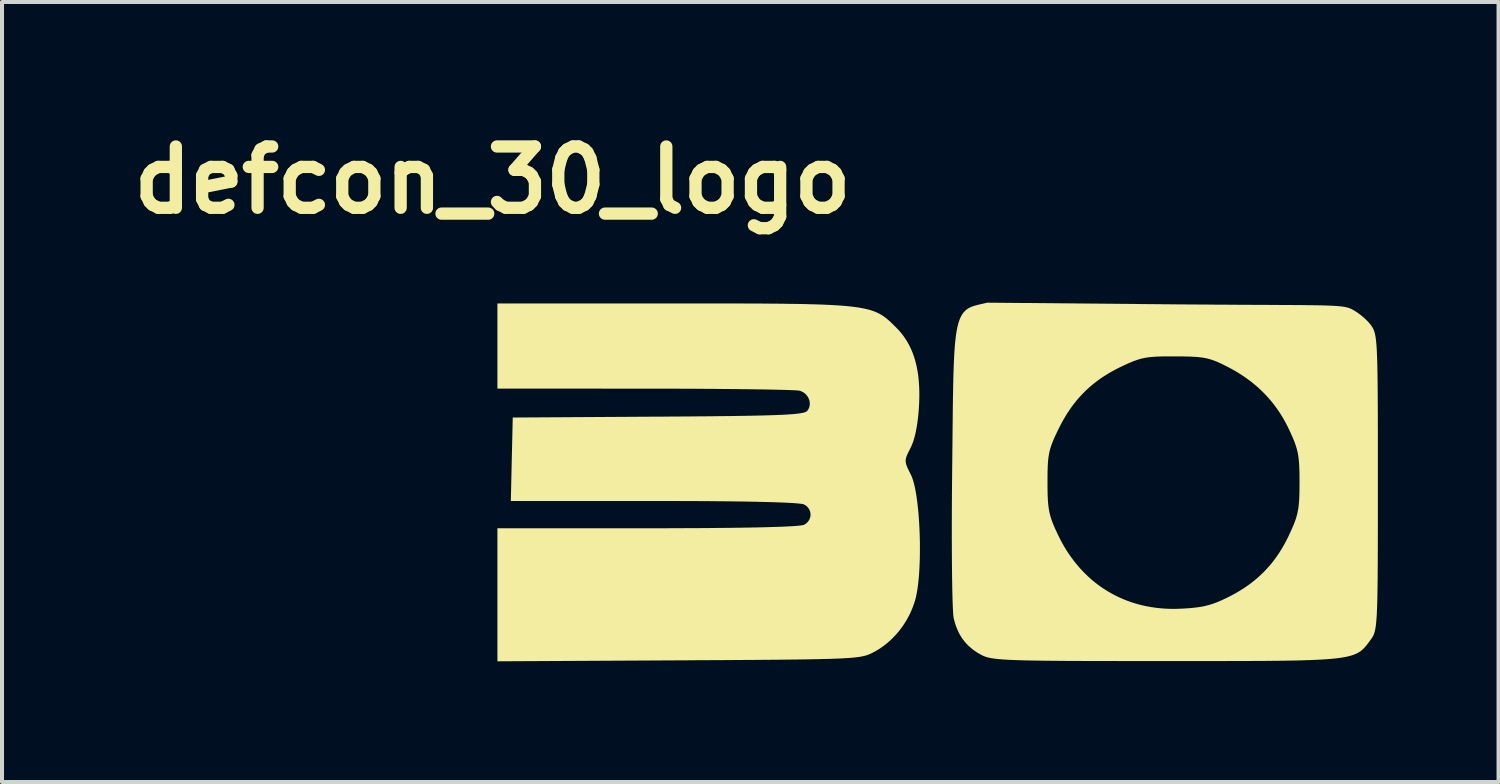
<source format=kicad_pcb>
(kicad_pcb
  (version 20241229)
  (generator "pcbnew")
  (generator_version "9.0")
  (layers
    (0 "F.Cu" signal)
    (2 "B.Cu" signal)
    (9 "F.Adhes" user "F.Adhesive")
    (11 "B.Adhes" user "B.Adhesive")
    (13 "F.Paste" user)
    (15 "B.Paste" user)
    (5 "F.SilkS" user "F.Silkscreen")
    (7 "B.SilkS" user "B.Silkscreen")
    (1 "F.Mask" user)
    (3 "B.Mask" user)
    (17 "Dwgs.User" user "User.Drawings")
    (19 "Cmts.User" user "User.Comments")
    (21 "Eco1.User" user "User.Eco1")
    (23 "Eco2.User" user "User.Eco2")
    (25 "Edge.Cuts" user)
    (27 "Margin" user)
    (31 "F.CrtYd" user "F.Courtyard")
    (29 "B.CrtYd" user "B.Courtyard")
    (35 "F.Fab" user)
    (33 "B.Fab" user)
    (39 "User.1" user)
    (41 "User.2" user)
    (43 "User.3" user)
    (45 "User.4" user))
  (footprint "defcon_30_logo"
    (layer "F.Cu")
    (at 20.193 8.854)
    (property "Reference" "defcon_30_logo" (at -10.998 -7.428 0) (layer "F.SilkS") (effects (font (size 1.524 1.524) (thickness 0.305))))
    (attr exclude_from_pos_files exclude_from_bom)
    (fp_poly (pts (xy 5.497 -1.616) (xy 5.476 -1.614) (xy 5.456 -1.61) (xy 5.438 -1.604) (xy 5.414 -1.595) (xy 5.392 -1.583) (xy 5.372 -1.571) (xy 5.353 -1.558) (xy 5.336 -1.543) (xy 5.32 -1.528) (xy 5.306 -1.511) (xy 5.293 -1.494) (xy 5.281 -1.477) (xy 5.272 -1.459) (xy 5.264 -1.44) (xy 5.257 -1.421) (xy 5.252 -1.401) (xy 5.249 -1.382) (xy 5.248 -1.362) (xy 5.248 -1.343) (xy 5.25 -1.323) (xy 5.253 -1.304) (xy 5.259 -1.285) (xy 5.266 -1.266) (xy 5.275 -1.248) (xy 5.286 -1.23) (xy 5.298 -1.213) (xy 5.313 -1.197) (xy 5.329 -1.182) (xy 5.347 -1.167) (xy 5.377 -1.145) (xy 5.403 -1.126) (xy 5.426 -1.11) (xy 5.446 -1.096) (xy 5.463 -1.085) (xy 5.479 -1.077) (xy 5.494 -1.071) (xy 5.508 -1.067) (xy 5.522 -1.066) (xy 5.536 -1.066) (xy 5.552 -1.069) (xy 5.569 -1.074) (xy 5.589 -1.081) (xy 5.611 -1.089) (xy 5.637 -1.099) (xy 5.667 -1.11) (xy 5.687 -1.119) (xy 5.705 -1.13) (xy 5.721 -1.142) (xy 5.736 -1.156) (xy 5.75 -1.172) (xy 5.761 -1.189) (xy 5.771 -1.207) (xy 5.78 -1.226) (xy 5.786 -1.245) (xy 5.791 -1.266) (xy 5.795 -1.287) (xy 5.796 -1.309) (xy 5.796 -1.331) (xy 5.795 -1.353) (xy 5.791 -1.376) (xy 5.786 -1.398) (xy 5.78 -1.42) (xy 5.771 -1.442) (xy 5.761 -1.463) (xy 5.749 -1.484) (xy 5.736 -1.504) (xy 5.72 -1.523) (xy 5.703 -1.541) (xy 5.685 -1.558) (xy 5.665 -1.572) (xy 5.644 -1.584) (xy 5.621 -1.595) (xy 5.597 -1.603) (xy 5.572 -1.61) (xy 5.547 -1.614) (xy 5.522 -1.616) (xy 5.497 -1.616) (xy 5.497 -1.616)) (stroke (width 0) (type solid)) (fill yes) (layer "F.Mask"))
    (fp_poly (pts (xy 6.554 -1.623) (xy 6.531 -1.622) (xy 6.508 -1.619) (xy 6.487 -1.615) (xy 6.466 -1.61) (xy 6.446 -1.603) (xy 6.427 -1.595) (xy 6.408 -1.585) (xy 6.391 -1.575) (xy 6.375 -1.563) (xy 6.359 -1.55) (xy 6.345 -1.537) (xy 6.332 -1.522) (xy 6.32 -1.507) (xy 6.31 -1.491) (xy 6.301 -1.474) (xy 6.293 -1.457) (xy 6.287 -1.439) (xy 6.282 -1.421) (xy 6.278 -1.402) (xy 6.277 -1.383) (xy 6.277 -1.364) (xy 6.279 -1.344) (xy 6.282 -1.324) (xy 6.287 -1.305) (xy 6.295 -1.285) (xy 6.304 -1.265) (xy 6.315 -1.246) (xy 6.328 -1.226) (xy 6.343 -1.207) (xy 6.361 -1.188) (xy 6.387 -1.162) (xy 6.41 -1.14) (xy 6.43 -1.12) (xy 6.448 -1.104) (xy 6.465 -1.091) (xy 6.481 -1.081) (xy 6.496 -1.073) (xy 6.51 -1.068) (xy 6.525 -1.066) (xy 6.541 -1.066) (xy 6.559 -1.068) (xy 6.578 -1.073) (xy 6.599 -1.079) (xy 6.624 -1.088) (xy 6.651 -1.098) (xy 6.683 -1.11) (xy 6.7 -1.118) (xy 6.717 -1.129) (xy 6.732 -1.141) (xy 6.746 -1.155) (xy 6.758 -1.17) (xy 6.769 -1.187) (xy 6.779 -1.205) (xy 6.788 -1.224) (xy 6.796 -1.244) (xy 6.802 -1.265) (xy 6.807 -1.287) (xy 6.81 -1.309) (xy 6.812 -1.332) (xy 6.813 -1.354) (xy 6.813 -1.377) (xy 6.811 -1.399) (xy 6.809 -1.421) (xy 6.804 -1.443) (xy 6.799 -1.464) (xy 6.792 -1.484) (xy 6.784 -1.504) (xy 6.774 -1.522) (xy 6.764 -1.538) (xy 6.752 -1.554) (xy 6.738 -1.568) (xy 6.724 -1.58) (xy 6.708 -1.59) (xy 6.69 -1.598) (xy 6.667 -1.606) (xy 6.643 -1.612) (xy 6.62 -1.617) (xy 6.598 -1.621) (xy 6.575 -1.623) (xy 6.554 -1.623) (xy 6.554 -1.623)) (stroke (width 0) (type solid)) (fill yes) (layer "F.Mask"))
    (fp_poly (pts (xy 5.079 -0.805) (xy 5.059 -0.805) (xy 5.041 -0.804) (xy 5.025 -0.803) (xy 5.01 -0.801) (xy 4.998 -0.798) (xy 4.987 -0.794) (xy 4.979 -0.789) (xy 4.972 -0.782) (xy 4.967 -0.773) (xy 4.964 -0.762) (xy 4.963 -0.75) (xy 4.964 -0.735) (xy 4.967 -0.718) (xy 4.971 -0.698) (xy 4.978 -0.675) (xy 4.986 -0.649) (xy 4.997 -0.621) (xy 5.009 -0.589) (xy 5.023 -0.553) (xy 5.039 -0.514) (xy 5.057 -0.47) (xy 5.076 -0.423) (xy 5.086 -0.401) (xy 5.096 -0.378) (xy 5.107 -0.356) (xy 5.119 -0.335) (xy 5.13 -0.314) (xy 5.143 -0.293) (xy 5.155 -0.273) (xy 5.169 -0.253) (xy 5.182 -0.233) (xy 5.196 -0.214) (xy 5.211 -0.195) (xy 5.226 -0.176) (xy 5.241 -0.158) (xy 5.257 -0.14) (xy 5.273 -0.123) (xy 5.29 -0.106) (xy 5.307 -0.09) (xy 5.324 -0.074) (xy 5.342 -0.058) (xy 5.36 -0.043) (xy 5.378 -0.028) (xy 5.397 -0.014) (xy 5.416 0.0001) (xy 5.435 0.014) (xy 5.454 0.027) (xy 5.474 0.039) (xy 5.494 0.051) (xy 5.515 0.063) (xy 5.535 0.074) (xy 5.556 0.085) (xy 5.577 0.095) (xy 5.598 0.105) (xy 5.62 0.114) (xy 5.641 0.123) (xy 5.663 0.132) (xy 5.685 0.14) (xy 5.707 0.147) (xy 5.73 0.154) (xy 5.752 0.16) (xy 5.775 0.166) (xy 5.797 0.172) (xy 5.82 0.177) (xy 5.843 0.181) (xy 5.866 0.185) (xy 5.889 0.188) (xy 5.912 0.191) (xy 5.935 0.194) (xy 5.959 0.195) (xy 5.982 0.197) (xy 6.005 0.197) (xy 6.029 0.198) (xy 6.052 0.197) (xy 6.075 0.196) (xy 6.099 0.195) (xy 6.122 0.193) (xy 6.145 0.19) (xy 6.169 0.187) (xy 6.192 0.183) (xy 6.215 0.179) (xy 6.238 0.174) (xy 6.261 0.169) (xy 6.284 0.163) (xy 6.306 0.156) (xy 6.329 0.149) (xy 6.352 0.141) (xy 6.374 0.132) (xy 6.396 0.123) (xy 6.418 0.114) (xy 6.44 0.103) (xy 6.462 0.093) (xy 6.484 0.081) (xy 6.506 0.069) (xy 6.528 0.056) (xy 6.549 0.043) (xy 6.57 0.03) (xy 6.591 0.017) (xy 6.611 0.003) (xy 6.631 -0.011) (xy 6.65 -0.026) (xy 6.669 -0.041) (xy 6.688 -0.056) (xy 6.706 -0.072) (xy 6.724 -0.088) (xy 6.741 -0.104) (xy 6.759 -0.121) (xy 6.776 -0.138) (xy 6.792 -0.155) (xy 6.809 -0.173) (xy 6.825 -0.192) (xy 6.84 -0.211) (xy 6.856 -0.23) (xy 6.871 -0.249) (xy 6.886 -0.269) (xy 6.9 -0.29) (xy 6.914 -0.311) (xy 6.928 -0.332) (xy 6.942 -0.354) (xy 6.955 -0.376) (xy 6.968 -0.399) (xy 6.981 -0.422) (xy 6.994 -0.446) (xy 7.006 -0.47) (xy 7.018 -0.495) (xy 7.03 -0.52) (xy 7.042 -0.546) (xy 7.053 -0.572) (xy 7.069 -0.611) (xy 7.083 -0.646) (xy 7.094 -0.676) (xy 7.102 -0.703) (xy 7.108 -0.726) (xy 7.11 -0.745) (xy 7.11 -0.761) (xy 7.107 -0.774) (xy 7.101 -0.785) (xy 7.092 -0.793) (xy 7.08 -0.798) (xy 7.066 -0.802) (xy 7.048 -0.804) (xy 7.027 -0.805) (xy 7.007 -0.803) (xy 6.989 -0.797) (xy 6.972 -0.788) (xy 6.956 -0.775) (xy 6.943 -0.76) (xy 6.931 -0.741) (xy 6.92 -0.719) (xy 6.912 -0.695) (xy 6.906 -0.668) (xy 6.903 -0.639) (xy 6.901 -0.608) (xy 6.901 -0.59) (xy 6.899 -0.571) (xy 6.896 -0.553) (xy 6.893 -0.534) (xy 6.888 -0.515) (xy 6.882 -0.496) (xy 6.875 -0.477) (xy 6.867 -0.458) (xy 6.858 -0.439) (xy 6.848 -0.419) (xy 6.837 -0.4) (xy 6.826 -0.381) (xy 6.813 -0.362) (xy 6.8 -0.343) (xy 6.785 -0.324) (xy 6.77 -0.305) (xy 6.754 -0.286) (xy 6.738 -0.268) (xy 6.721 -0.249) (xy 6.702 -0.231) (xy 6.684 -0.213) (xy 6.664 -0.195) (xy 6.644 -0.178) (xy 6.623 -0.161) (xy 6.602 -0.144) (xy 6.58 -0.128) (xy 6.558 -0.112) (xy 6.535 -0.096) (xy 6.511 -0.081) (xy 6.487 -0.066) (xy 6.462 -0.051) (xy 6.437 -0.037) (xy 6.412 -0.024) (xy 6.386 -0.011) (xy 6.36 0.001) (xy 6.333 0.013) (xy 6.306 0.024) (xy 6.279 0.035) (xy 6.251 0.045) (xy 6.225 0.054) (xy 6.2 0.062) (xy 6.175 0.069) (xy 6.151 0.075) (xy 6.128 0.08) (xy 6.105 0.084) (xy 6.082 0.088) (xy 6.059 0.09) (xy 6.037 0.092) (xy 6.015 0.092) (xy 5.992 0.092) (xy 5.97 0.09) (xy 5.947 0.088) (xy 5.924 0.085) (xy 5.901 0.081) (xy 5.877 0.075) (xy 5.853 0.069) (xy 5.828 0.062) (xy 5.802 0.054) (xy 5.775 0.045) (xy 5.748 0.035) (xy 5.719 0.024) (xy 5.69 0.011) (xy 5.664 0.000314) (xy 5.639 -0.012) (xy 5.614 -0.024) (xy 5.589 -0.038) (xy 5.564 -0.052) (xy 5.54 -0.067) (xy 5.517 -0.082) (xy 5.494 -0.098) (xy 5.471 -0.115) (xy 5.449 -0.132) (xy 5.427 -0.15) (xy 5.406 -0.168) (xy 5.385 -0.186) (xy 5.366 -0.205) (xy 5.346 -0.224) (xy 5.328 -0.243) (xy 5.31 -0.263) (xy 5.293 -0.283) (xy 5.276 -0.302) (xy 5.261 -0.323) (xy 5.246 -0.343) (xy 5.232 -0.363) (xy 5.219 -0.383) (xy 5.207 -0.403) (xy 5.195 -0.423) (xy 5.185 -0.443) (xy 5.176 -0.463) (xy 5.168 -0.483) (xy 5.161 -0.503) (xy 5.155 -0.522) (xy 5.15 -0.541) (xy 5.146 -0.559) (xy 5.143 -0.578) (xy 5.142 -0.595) (xy 5.142 -0.613) (xy 5.143 -0.63) (xy 5.145 -0.646) (xy 5.149 -0.662) (xy 5.154 -0.677) (xy 5.162 -0.702) (xy 5.165 -0.725) (xy 5.165 -0.745) (xy 5.16 -0.763) (xy 5.151 -0.777) (xy 5.139 -0.789) (xy 5.122 -0.798) (xy 5.102 -0.803) (xy 5.079 -0.805) (xy 5.079 -0.805)) (stroke (width 0) (type solid)) (fill yes) (layer "F.Mask"))
    (fp_poly (pts (xy 5.97 -3.045) (xy 5.93 -3.045) (xy 5.892 -3.045) (xy 5.854 -3.045) (xy 5.817 -3.045) (xy 5.782 -3.045) (xy 5.748 -3.045) (xy 5.715 -3.045) (xy 5.682 -3.044) (xy 5.651 -3.044) (xy 5.62 -3.043) (xy 5.591 -3.042) (xy 5.562 -3.041) (xy 5.534 -3.04) (xy 5.507 -3.039) (xy 5.481 -3.037) (xy 5.455 -3.036) (xy 5.43 -3.034) (xy 5.405 -3.032) (xy 5.382 -3.03) (xy 5.358 -3.028) (xy 5.335 -3.025) (xy 5.313 -3.023) (xy 5.291 -3.02) (xy 5.269 -3.017) (xy 5.248 -3.013) (xy 5.227 -3.01) (xy 5.207 -3.006) (xy 5.186 -3.002) (xy 5.166 -2.997) (xy 5.146 -2.993) (xy 5.126 -2.988) (xy 5.106 -2.983) (xy 5.086 -2.977) (xy 5.067 -2.971) (xy 5.047 -2.965) (xy 5.027 -2.959) (xy 5.007 -2.952) (xy 4.987 -2.945) (xy 4.966 -2.938) (xy 4.946 -2.93) (xy 4.925 -2.922) (xy 4.904 -2.914) (xy 4.883 -2.905) (xy 4.861 -2.896) (xy 4.839 -2.887) (xy 4.817 -2.877) (xy 4.793 -2.867) (xy 4.77 -2.856) (xy 4.746 -2.845) (xy 4.721 -2.834) (xy 4.696 -2.822) (xy 4.67 -2.81) (xy 4.643 -2.797) (xy 4.616 -2.784) (xy 4.591 -2.772) (xy 4.567 -2.76) (xy 4.542 -2.747) (xy 4.518 -2.735) (xy 4.494 -2.723) (xy 4.47 -2.71) (xy 4.447 -2.697) (xy 4.423 -2.685) (xy 4.4 -2.672) (xy 4.377 -2.659) (xy 4.354 -2.646) (xy 4.332 -2.633) (xy 4.309 -2.619) (xy 4.287 -2.606) (xy 4.265 -2.592) (xy 4.243 -2.578) (xy 4.221 -2.565) (xy 4.199 -2.551) (xy 4.178 -2.537) (xy 4.156 -2.522) (xy 4.135 -2.508) (xy 4.114 -2.494) (xy 4.094 -2.479) (xy 4.073 -2.464) (xy 4.053 -2.45) (xy 4.032 -2.435) (xy 4.012 -2.419) (xy 3.992 -2.404) (xy 3.972 -2.389) (xy 3.953 -2.373) (xy 3.933 -2.358) (xy 3.914 -2.342) (xy 3.895 -2.326) (xy 3.876 -2.31) (xy 3.857 -2.294) (xy 3.838 -2.277) (xy 3.82 -2.261) (xy 3.801 -2.244) (xy 3.783 -2.227) (xy 3.765 -2.211) (xy 3.747 -2.193) (xy 3.729 -2.176) (xy 3.712 -2.159) (xy 3.694 -2.141) (xy 3.677 -2.124) (xy 3.66 -2.106) (xy 3.643 -2.088) (xy 3.626 -2.07) (xy 3.609 -2.051) (xy 3.592 -2.033) (xy 3.576 -2.014) (xy 3.559 -1.996) (xy 3.543 -1.977) (xy 3.527 -1.958) (xy 3.511 -1.938) (xy 3.495 -1.919) (xy 3.48 -1.899) (xy 3.464 -1.88) (xy 3.449 -1.86) (xy 3.433 -1.84) (xy 3.418 -1.819) (xy 3.403 -1.799) (xy 3.388 -1.778) (xy 3.373 -1.758) (xy 3.359 -1.737) (xy 3.344 -1.716) (xy 3.33 -1.694) (xy 3.316 -1.673) (xy 3.301 -1.651) (xy 3.287 -1.629) (xy 3.273 -1.607) (xy 3.259 -1.585) (xy 3.246 -1.563) (xy 3.232 -1.54) (xy 3.219 -1.518) (xy 3.205 -1.495) (xy 3.192 -1.472) (xy 3.179 -1.448) (xy 3.166 -1.425) (xy 3.153 -1.401) (xy 3.14 -1.377) (xy 3.127 -1.353) (xy 3.115 -1.329) (xy 3.102 -1.305) (xy 3.09 -1.28) (xy 3.077 -1.255) (xy 3.063 -1.226) (xy 3.049 -1.198) (xy 3.036 -1.17) (xy 3.023 -1.143) (xy 3.011 -1.117) (xy 2.999 -1.092) (xy 2.987 -1.067) (xy 2.976 -1.043) (xy 2.966 -1.019) (xy 2.955 -0.996) (xy 2.946 -0.973) (xy 2.936 -0.951) (xy 2.927 -0.929) (xy 2.919 -0.908) (xy 2.91 -0.886) (xy 2.902 -0.865) (xy 2.895 -0.845) (xy 2.888 -0.824) (xy 2.881 -0.804) (xy 2.875 -0.783) (xy 2.868 -0.763) (xy 2.863 -0.743) (xy 2.857 -0.723) (xy 2.852 -0.702) (xy 2.847 -0.682) (xy 2.842 -0.662) (xy 2.838 -0.641) (xy 2.834 -0.62) (xy 2.83 -0.599) (xy 2.827 -0.578) (xy 2.823 -0.556) (xy 2.82 -0.534) (xy 2.817 -0.512) (xy 2.815 -0.489) (xy 2.812 -0.465) (xy 2.81 -0.441) (xy 2.808 -0.417) (xy 2.806 -0.392) (xy 2.805 -0.366) (xy 2.803 -0.34) (xy 2.802 -0.313) (xy 2.801 -0.285) (xy 2.8 -0.256) (xy 2.799 -0.227) (xy 2.798 -0.197) (xy 2.797 -0.165) (xy 2.797 -0.133) (xy 2.797 -0.1) (xy 2.796 -0.066) (xy 2.796 -0.03) (xy 2.796 0.006) (xy 2.796 0.044) (xy 2.796 0.082) (xy 2.796 0.121) (xy 2.796 0.158) (xy 2.796 0.195) (xy 2.796 0.23) (xy 2.797 0.264) (xy 2.797 0.298) (xy 2.798 0.33) (xy 2.799 0.361) (xy 2.799 0.392) (xy 2.8 0.421) (xy 2.802 0.45) (xy 2.803 0.478) (xy 2.804 0.505) (xy 2.806 0.532) (xy 2.808 0.558) (xy 2.809 0.583) (xy 2.812 0.608) (xy 2.814 0.632) (xy 2.816 0.656) (xy 2.819 0.679) (xy 2.822 0.702) (xy 2.825 0.724) (xy 2.828 0.746) (xy 2.832 0.768) (xy 2.836 0.789) (xy 2.84 0.811) (xy 2.844 0.832) (xy 2.849 0.852) (xy 2.854 0.873) (xy 2.859 0.893) (xy 2.864 0.914) (xy 2.87 0.934) (xy 2.876 0.955) (xy 2.883 0.975) (xy 2.889 0.996) (xy 2.896 1.017) (xy 2.904 1.038) (xy 2.911 1.059) (xy 2.919 1.08) (xy 2.928 1.102) (xy 2.937 1.124) (xy 2.946 1.146) (xy 2.955 1.169) (xy 2.965 1.192) (xy 2.976 1.215) (xy 2.986 1.239) (xy 2.997 1.264) (xy 3.009 1.289) (xy 3.021 1.315) (xy 3.033 1.341) (xy 3.046 1.369) (xy 3.059 1.396) (xy 3.071 1.421) (xy 3.083 1.444) (xy 3.095 1.468) (xy 3.107 1.492) (xy 3.119 1.516) (xy 3.131 1.539) (xy 3.144 1.562) (xy 3.156 1.585) (xy 3.169 1.608) (xy 3.182 1.631) (xy 3.195 1.654) (xy 3.208 1.676) (xy 3.221 1.699) (xy 3.234 1.721) (xy 3.248 1.743) (xy 3.261 1.765) (xy 3.275 1.786) (xy 3.289 1.808) (xy 3.303 1.83) (xy 3.317 1.851) (xy 3.331 1.872) (xy 3.346 1.893) (xy 3.36 1.914) (xy 3.375 1.935) (xy 3.39 1.955) (xy 3.405 1.975) (xy 3.42 1.996) (xy 3.435 2.016) (xy 3.45 2.036) (xy 3.465 2.056) (xy 3.481 2.075) (xy 3.496 2.095) (xy 3.512 2.114) (xy 3.528 2.133) (xy 3.544 2.152) (xy 3.56 2.171) (xy 3.576 2.19) (xy 3.592 2.208) (xy 3.609 2.227) (xy 3.625 2.245) (xy 3.642 2.263) (xy 3.659 2.281) (xy 3.676 2.299) (xy 3.693 2.316) (xy 3.71 2.334) (xy 3.727 2.351) (xy 3.745 2.368) (xy 3.762 2.385) (xy 3.78 2.402) (xy 3.797 2.419) (xy 3.815 2.435) (xy 3.833 2.451) (xy 3.851 2.468) (xy 3.869 2.484) (xy 3.887 2.5) (xy 3.906 2.515) (xy 3.924 2.531) (xy 3.943 2.546) (xy 3.961 2.561) (xy 3.98 2.576) (xy 3.999 2.591) (xy 4.018 2.606) (xy 4.037 2.621) (xy 4.056 2.635) (xy 4.076 2.649) (xy 4.095 2.663) (xy 4.115 2.677) (xy 4.134 2.691) (xy 4.154 2.705) (xy 4.174 2.718) (xy 4.188 2.727) (xy 4.188 2.447) (xy 4.166 2.446) (xy 4.143 2.442) (xy 4.119 2.436) (xy 4.094 2.429) (xy 4.068 2.42) (xy 4.042 2.41) (xy 4.016 2.398) (xy 3.991 2.385) (xy 3.966 2.37) (xy 3.941 2.354) (xy 3.918 2.337) (xy 3.896 2.319) (xy 3.876 2.301) (xy 3.859 2.284) (xy 3.844 2.266) (xy 3.83 2.247) (xy 3.819 2.229) (xy 3.81 2.209) (xy 3.802 2.19) (xy 3.797 2.17) (xy 3.793 2.149) (xy 3.792 2.127) (xy 3.792 2.104) (xy 3.794 2.081) (xy 3.798 2.057) (xy 3.803 2.032) (xy 3.81 2.002) (xy 3.815 1.974) (xy 3.818 1.949) (xy 3.818 1.926) (xy 3.816 1.906) (xy 3.811 1.887) (xy 3.804 1.871) (xy 3.794 1.856) (xy 3.782 1.842) (xy 3.767 1.83) (xy 3.749 1.819) (xy 3.728 1.81) (xy 3.704 1.801) (xy 3.677 1.793) (xy 3.652 1.786) (xy 3.63 1.778) (xy 3.609 1.768) (xy 3.591 1.757) (xy 3.576 1.745) (xy 3.562 1.731) (xy 3.551 1.716) (xy 3.542 1.699) (xy 3.535 1.68) (xy 3.53 1.658) (xy 3.526 1.635) (xy 3.525 1.609) (xy 3.525 1.581) (xy 3.527 1.55) (xy 3.53 1.517) (xy 3.534 1.488) (xy 3.539 1.461) (xy 3.545 1.434) (xy 3.552 1.409) (xy 3.56 1.385) (xy 3.569 1.362) (xy 3.579 1.34) (xy 3.589 1.319) (xy 3.601 1.299) (xy 3.613 1.28) (xy 3.625 1.263) (xy 3.639 1.247) (xy 3.652 1.232) (xy 3.667 1.219) (xy 3.682 1.207) (xy 3.697 1.196) (xy 3.713 1.187) (xy 3.729 1.179) (xy 3.746 1.172) (xy 3.763 1.167) (xy 3.78 1.163) (xy 3.798 1.161) (xy 3.815 1.161) (xy 3.833 1.161) (xy 3.851 1.164) (xy 3.869 1.168) (xy 3.886 1.174) (xy 3.904 1.181) (xy 3.922 1.19) (xy 3.94 1.201) (xy 3.957 1.214) (xy 3.975 1.228) (xy 3.992 1.244) (xy 4.002 1.255) (xy 4.013 1.265) (xy 4.023 1.274) (xy 4.034 1.282) (xy 4.044 1.29) (xy 4.054 1.297) (xy 4.065 1.303) (xy 4.075 1.309) (xy 4.086 1.313) (xy 4.098 1.317) (xy 4.109 1.32) (xy 4.122 1.322) (xy 4.135 1.323) (xy 4.149 1.323) (xy 4.163 1.322) (xy 4.179 1.32) (xy 4.195 1.317) (xy 4.213 1.314) (xy 4.231 1.309) (xy 4.251 1.303) (xy 4.272 1.296) (xy 4.295 1.288) (xy 4.319 1.278) (xy 4.345 1.268) (xy 4.372 1.257) (xy 4.401 1.244) (xy 4.432 1.23) (xy 4.465 1.215) (xy 4.5 1.199) (xy 4.536 1.181) (xy 4.575 1.162) (xy 4.617 1.142) (xy 4.66 1.12) (xy 4.706 1.097) (xy 4.755 1.073) (xy 4.806 1.048) (xy 4.846 1.027) (xy 4.885 1.008) (xy 4.922 0.989) (xy 4.958 0.971) (xy 4.992 0.954) (xy 5.025 0.938) (xy 5.056 0.923) (xy 5.086 0.908) (xy 5.115 0.895) (xy 5.143 0.882) (xy 5.169 0.869) (xy 5.194 0.858) (xy 5.218 0.847) (xy 5.241 0.837) (xy 5.263 0.828) (xy 5.284 0.819) (xy 5.304 0.811) (xy 5.323 0.804) (xy 5.342 0.798) (xy 5.359 0.792) (xy 5.376 0.787) (xy 5.392 0.782) (xy 5.407 0.778) (xy 5.422 0.775) (xy 5.436 0.772) (xy 5.45 0.77) (xy 5.463 0.769) (xy 5.475 0.768) (xy 5.488 0.768) (xy 5.51 0.769) (xy 5.532 0.772) (xy 5.553 0.777) (xy 5.573 0.783) (xy 5.594 0.792) (xy 5.614 0.803) (xy 5.636 0.815) (xy 5.658 0.828) (xy 5.681 0.843) (xy 5.711 0.864) (xy 5.74 0.884) (xy 5.767 0.903) (xy 5.792 0.923) (xy 5.815 0.941) (xy 5.835 0.958) (xy 5.853 0.974) (xy 5.866 0.988) (xy 5.877 1) (xy 5.883 1.009) (xy 5.886 1.017) (xy 5.885 1.019) (xy 5.882 1.022) (xy 5.878 1.026) (xy 5.872 1.031) (xy 5.864 1.037) (xy 5.855 1.043) (xy 5.844 1.05) (xy 5.832 1.058) (xy 5.818 1.067) (xy 5.803 1.076) (xy 5.786 1.086) (xy 5.768 1.097) (xy 5.749 1.108) (xy 5.728 1.119) (xy 5.706 1.132) (xy 5.684 1.145) (xy 5.659 1.158) (xy 5.634 1.172) (xy 5.608 1.186) (xy 5.581 1.201) (xy 5.553 1.216) (xy 5.524 1.232) (xy 5.494 1.248) (xy 5.463 1.264) (xy 5.431 1.281) (xy 5.398 1.298) (xy 5.365 1.315) (xy 5.331 1.333) (xy 5.297 1.35) (xy 5.262 1.369) (xy 5.226 1.387) (xy 5.19 1.405) (xy 5.153 1.424) (xy 5.116 1.442) (xy 5.069 1.466) (xy 5.024 1.489) (xy 4.981 1.511) (xy 4.939 1.533) (xy 4.9 1.553) (xy 4.862 1.573) (xy 4.825 1.593) (xy 4.791 1.612) (xy 4.758 1.63) (xy 4.726 1.647) (xy 4.697 1.664) (xy 4.668 1.681) (xy 4.642 1.697) (xy 4.617 1.712) (xy 4.593 1.727) (xy 4.571 1.741) (xy 4.55 1.755) (xy 4.531 1.769) (xy 4.513 1.782) (xy 4.496 1.794) (xy 4.481 1.807) (xy 4.467 1.818) (xy 4.454 1.83) (xy 4.443 1.841) (xy 4.433 1.852) (xy 4.424 1.862) (xy 4.416 1.873) (xy 4.41 1.883) (xy 4.404 1.892) (xy 4.4 1.902) (xy 4.397 1.911) (xy 4.395 1.92) (xy 4.394 1.929) (xy 4.393 1.938) (xy 4.394 1.946) (xy 4.396 1.955) (xy 4.399 1.963) (xy 4.407 1.987) (xy 4.413 2.011) (xy 4.418 2.035) (xy 4.421 2.06) (xy 4.423 2.085) (xy 4.423 2.111) (xy 4.422 2.136) (xy 4.419 2.161) (xy 4.415 2.186) (xy 4.41 2.211) (xy 4.403 2.235) (xy 4.395 2.259) (xy 4.386 2.282) (xy 4.376 2.304) (xy 4.365 2.324) (xy 4.353 2.344) (xy 4.339 2.363) (xy 4.325 2.38) (xy 4.31 2.396) (xy 4.294 2.41) (xy 4.277 2.422) (xy 4.26 2.432) (xy 4.241 2.44) (xy 4.225 2.445) (xy 4.208 2.447) (xy 4.188 2.447) (xy 4.188 2.727) (xy 4.194 2.731) (xy 4.214 2.744) (xy 4.234 2.757) (xy 4.254 2.77) (xy 4.274 2.782) (xy 4.295 2.795) (xy 4.315 2.807) (xy 4.336 2.819) (xy 4.357 2.831) (xy 4.378 2.843) (xy 4.398 2.854) (xy 4.419 2.866) (xy 4.441 2.877) (xy 4.462 2.888) (xy 4.483 2.899) (xy 4.504 2.91) (xy 4.526 2.92) (xy 4.548 2.931) (xy 4.569 2.941) (xy 4.591 2.951) (xy 4.613 2.961) (xy 4.635 2.971) (xy 4.657 2.98) (xy 4.679 2.989) (xy 4.701 2.999) (xy 4.723 3.008) (xy 4.746 3.017) (xy 4.768 3.025) (xy 4.791 3.034) (xy 4.814 3.042) (xy 4.836 3.05) (xy 4.859 3.058) (xy 4.882 3.066) (xy 4.905 3.074) (xy 4.928 3.081) (xy 4.951 3.088) (xy 4.975 3.095) (xy 4.998 3.102) (xy 5.021 3.109) (xy 5.045 3.116) (xy 5.068 3.122) (xy 5.092 3.128) (xy 5.116 3.134) (xy 5.14 3.14) (xy 5.164 3.146) (xy 5.188 3.151) (xy 5.212 3.156) (xy 5.236 3.162) (xy 5.26 3.167) (xy 5.284 3.171) (xy 5.309 3.176) (xy 5.333 3.18) (xy 5.358 3.185) (xy 5.382 3.189) (xy 5.407 3.192) (xy 5.432 3.196) (xy 5.457 3.2) (xy 5.481 3.203) (xy 5.506 3.206) (xy 5.531 3.209) (xy 5.557 3.212) (xy 5.582 3.214) (xy 5.607 3.217) (xy 5.632 3.219) (xy 5.658 3.221) (xy 5.683 3.223) (xy 5.709 3.225) (xy 5.734 3.226) (xy 5.76 3.227) (xy 5.786 3.229) (xy 5.812 3.229) (xy 5.838 3.23) (xy 5.864 3.231) (xy 5.89 3.231) (xy 5.916 3.231) (xy 5.942 3.231) (xy 5.968 3.231) (xy 5.994 3.231) (xy 6.021 3.23) (xy 6.047 3.229) (xy 6.073 3.228) (xy 6.1 3.227) (xy 6.134 3.226) (xy 6.168 3.224) (xy 6.2 3.222) (xy 6.232 3.22) (xy 6.263 3.218) (xy 6.294 3.216) (xy 6.323 3.214) (xy 6.352 3.211) (xy 6.381 3.209) (xy 6.409 3.206) (xy 6.436 3.203) (xy 6.463 3.2) (xy 6.489 3.197) (xy 6.514 3.194) (xy 6.54 3.191) (xy 6.564 3.187) (xy 6.589 3.183) (xy 6.613 3.179) (xy 6.637 3.175) (xy 6.66 3.17) (xy 6.683 3.166) (xy 6.706 3.161) (xy 6.728 3.155) (xy 6.751 3.15) (xy 6.773 3.144) (xy 6.795 3.139) (xy 6.817 3.132) (xy 6.839 3.126) (xy 6.861 3.119) (xy 6.883 3.112) (xy 6.905 3.105) (xy 6.927 3.097) (xy 6.949 3.089) (xy 6.971 3.081) (xy 6.994 3.073) (xy 7.016 3.064) (xy 7.039 3.054) (xy 7.062 3.045) (xy 7.085 3.035) (xy 7.108 3.025) (xy 7.132 3.014) (xy 7.156 3.003) (xy 7.18 2.992) (xy 7.205 2.98) (xy 7.231 2.968) (xy 7.256 2.955) (xy 7.282 2.942) (xy 7.309 2.929) (xy 7.334 2.916) (xy 7.358 2.903) (xy 7.382 2.891) (xy 7.406 2.878) (xy 7.43 2.865) (xy 7.454 2.852) (xy 7.477 2.839) (xy 7.501 2.825) (xy 7.524 2.812) (xy 7.546 2.799) (xy 7.569 2.785) (xy 7.592 2.771) (xy 7.614 2.757) (xy 7.636 2.743) (xy 7.658 2.729) (xy 7.68 2.715) (xy 7.702 2.701) (xy 7.723 2.686) (xy 7.744 2.671) (xy 7.765 2.657) (xy 7.786 2.642) (xy 7.8 2.632) (xy 7.8 2.396) (xy 7.784 2.395) (xy 7.768 2.393) (xy 7.751 2.39) (xy 7.735 2.386) (xy 7.72 2.38) (xy 7.704 2.374) (xy 7.689 2.365) (xy 7.674 2.356) (xy 7.659 2.345) (xy 7.645 2.333) (xy 7.631 2.319) (xy 7.618 2.304) (xy 7.605 2.287) (xy 7.593 2.269) (xy 7.582 2.249) (xy 7.571 2.226) (xy 7.561 2.202) (xy 7.552 2.176) (xy 7.544 2.151) (xy 7.538 2.125) (xy 7.534 2.099) (xy 7.531 2.074) (xy 7.529 2.05) (xy 7.529 2.027) (xy 7.531 2.005) (xy 7.535 1.985) (xy 7.54 1.968) (xy 7.541 1.964) (xy 7.542 1.959) (xy 7.542 1.954) (xy 7.541 1.949) (xy 7.539 1.943) (xy 7.537 1.937) (xy 7.534 1.931) (xy 7.53 1.924) (xy 7.526 1.917) (xy 7.521 1.91) (xy 7.514 1.903) (xy 7.508 1.895) (xy 7.5 1.886) (xy 7.492 1.878) (xy 7.483 1.869) (xy 7.473 1.86) (xy 7.463 1.85) (xy 7.451 1.841) (xy 7.439 1.83) (xy 7.426 1.82) (xy 7.413 1.809) (xy 7.398 1.798) (xy 7.383 1.786) (xy 7.367 1.774) (xy 7.351 1.762) (xy 7.333 1.749) (xy 7.315 1.736) (xy 7.296 1.723) (xy 7.276 1.709) (xy 7.255 1.695) (xy 7.233 1.681) (xy 7.211 1.666) (xy 7.188 1.651) (xy 7.164 1.635) (xy 7.139 1.619) (xy 7.113 1.603) (xy 7.087 1.586) (xy 7.06 1.569) (xy 7.031 1.552) (xy 7.002 1.534) (xy 6.973 1.515) (xy 6.942 1.497) (xy 6.91 1.478) (xy 6.878 1.458) (xy 6.845 1.438) (xy 6.811 1.418) (xy 6.776 1.398) (xy 6.74 1.377) (xy 6.703 1.355) (xy 6.666 1.333) (xy 6.627 1.311) (xy 6.588 1.288) (xy 6.548 1.265) (xy 6.507 1.242) (xy 6.465 1.218) (xy 6.422 1.193) (xy 6.378 1.168) (xy 6.334 1.143) (xy 6.308 1.129) (xy 6.283 1.115) (xy 6.257 1.1) (xy 6.232 1.086) (xy 6.206 1.071) (xy 6.18 1.057) (xy 6.154 1.042) (xy 6.128 1.027) (xy 6.102 1.012) (xy 6.076 0.998) (xy 6.05 0.983) (xy 6.023 0.968) (xy 5.997 0.953) (xy 5.97 0.938) (xy 5.944 0.923) (xy 5.917 0.908) (xy 5.891 0.893) (xy 5.864 0.878) (xy 5.838 0.863) (xy 5.811 0.848) (xy 5.785 0.833) (xy 5.758 0.818) (xy 5.731 0.803) (xy 5.705 0.788) (xy 5.678 0.773) (xy 5.652 0.758) (xy 5.626 0.743) (xy 5.599 0.728) (xy 5.573 0.713) (xy 5.547 0.698) (xy 5.521 0.684) (xy 5.495 0.669) (xy 5.469 0.654) (xy 5.443 0.639) (xy 5.417 0.625) (xy 5.391 0.61) (xy 5.366 0.596) (xy 5.34 0.581) (xy 5.315 0.567) (xy 5.29 0.553) (xy 5.265 0.539) (xy 5.24 0.525) (xy 5.215 0.511) (xy 5.191 0.497) (xy 5.166 0.483) (xy 5.142 0.469) (xy 5.118 0.456) (xy 5.094 0.442) (xy 5.071 0.429) (xy 5.047 0.415) (xy 5.024 0.402) (xy 5.001 0.389) (xy 4.979 0.376) (xy 4.956 0.364) (xy 4.934 0.351) (xy 4.912 0.339) (xy 4.89 0.326) (xy 4.869 0.314) (xy 4.848 0.302) (xy 4.827 0.29) (xy 4.806 0.279) (xy 4.786 0.267) (xy 4.766 0.256) (xy 4.746 0.244) (xy 4.727 0.233) (xy 4.708 0.223) (xy 4.689 0.212) (xy 4.671 0.202) (xy 4.653 0.191) (xy 4.635 0.181) (xy 4.618 0.171) (xy 4.601 0.162) (xy 4.584 0.152) (xy 4.568 0.143) (xy 4.553 0.134) (xy 4.537 0.125) (xy 4.522 0.117) (xy 4.508 0.108) (xy 4.493 0.1) (xy 4.48 0.093) (xy 4.466 0.085) (xy 4.454 0.078) (xy 4.407 0.051) (xy 4.363 0.026) (xy 4.321 0.002) (xy 4.28 -0.02) (xy 4.242 -0.041) (xy 4.206 -0.061) (xy 4.172 -0.079) (xy 4.139 -0.096) (xy 4.108 -0.112) (xy 4.079 -0.127) (xy 4.052 -0.14) (xy 4.026 -0.152) (xy 4.001 -0.163) (xy 3.978 -0.173) (xy 3.956 -0.182) (xy 3.936 -0.19) (xy 3.916 -0.196) (xy 3.898 -0.202) (xy 3.881 -0.206) (xy 3.865 -0.21) (xy 3.85 -0.212) (xy 3.835 -0.214) (xy 3.822 -0.214) (xy 3.809 -0.214) (xy 3.797 -0.212) (xy 3.785 -0.21) (xy 3.774 -0.207) (xy 3.764 -0.203) (xy 3.754 -0.198) (xy 3.744 -0.192) (xy 3.734 -0.186) (xy 3.725 -0.179) (xy 3.716 -0.171) (xy 3.707 -0.162) (xy 3.684 -0.14) (xy 3.664 -0.12) (xy 3.645 -0.103) (xy 3.627 -0.088) (xy 3.611 -0.075) (xy 3.595 -0.066) (xy 3.58 -0.058) (xy 3.564 -0.053) (xy 3.549 -0.051) (xy 3.532 -0.051) (xy 3.515 -0.053) (xy 3.497 -0.057) (xy 3.476 -0.064) (xy 3.454 -0.073) (xy 3.43 -0.084) (xy 3.403 -0.097) (xy 3.373 -0.113) (xy 3.34 -0.131) (xy 3.32 -0.142) (xy 3.301 -0.155) (xy 3.284 -0.168) (xy 3.268 -0.182) (xy 3.253 -0.197) (xy 3.24 -0.212) (xy 3.228 -0.228) (xy 3.218 -0.245) (xy 3.209 -0.262) (xy 3.201 -0.28) (xy 3.195 -0.298) (xy 3.19 -0.317) (xy 3.186 -0.336) (xy 3.184 -0.356) (xy 3.183 -0.376) (xy 3.184 -0.396) (xy 3.185 -0.416) (xy 3.189 -0.437) (xy 3.193 -0.458) (xy 3.199 -0.479) (xy 3.207 -0.5) (xy 3.215 -0.522) (xy 3.225 -0.543) (xy 3.237 -0.564) (xy 3.249 -0.586) (xy 3.264 -0.607) (xy 3.279 -0.628) (xy 3.296 -0.649) (xy 3.314 -0.67) (xy 3.334 -0.69) (xy 3.354 -0.71) (xy 3.378 -0.734) (xy 3.4 -0.757) (xy 3.42 -0.781) (xy 3.437 -0.805) (xy 3.453 -0.829) (xy 3.466 -0.852) (xy 3.476 -0.874) (xy 3.483 -0.895) (xy 3.488 -0.914) (xy 3.489 -0.931) (xy 3.487 -0.946) (xy 3.482 -0.959) (xy 3.477 -0.971) (xy 3.474 -0.985) (xy 3.474 -1.001) (xy 3.476 -1.02) (xy 3.481 -1.04) (xy 3.487 -1.062) (xy 3.496 -1.084) (xy 3.506 -1.108) (xy 3.518 -1.132) (xy 3.533 -1.157) (xy 3.548 -1.182) (xy 3.566 -1.206) (xy 3.584 -1.231) (xy 3.607 -1.258) (xy 3.628 -1.283) (xy 3.648 -1.304) (xy 3.667 -1.322) (xy 3.685 -1.337) (xy 3.702 -1.35) (xy 3.719 -1.36) (xy 3.736 -1.367) (xy 3.753 -1.371) (xy 3.771 -1.373) (xy 3.79 -1.372) (xy 3.809 -1.368) (xy 3.83 -1.363) (xy 3.853 -1.354) (xy 3.877 -1.344) (xy 3.903 -1.331) (xy 3.931 -1.317) (xy 3.956 -1.303) (xy 3.978 -1.289) (xy 3.999 -1.274) (xy 4.017 -1.26) (xy 4.034 -1.244) (xy 4.048 -1.228) (xy 4.06 -1.212) (xy 4.071 -1.194) (xy 4.08 -1.176) (xy 4.087 -1.156) (xy 4.092 -1.136) (xy 4.095 -1.114) (xy 4.097 -1.09) (xy 4.098 -1.065) (xy 4.097 -1.039) (xy 4.094 -1.01) (xy 4.09 -0.98) (xy 4.087 -0.952) (xy 4.084 -0.925) (xy 4.083 -0.9) (xy 4.083 -0.876) (xy 4.085 -0.854) (xy 4.088 -0.833) (xy 4.092 -0.813) (xy 4.098 -0.793) (xy 4.106 -0.775) (xy 4.116 -0.758) (xy 4.127 -0.74) (xy 4.141 -0.724) (xy 4.156 -0.708) (xy 4.174 -0.692) (xy 4.193 -0.676) (xy 4.215 -0.66) (xy 4.239 -0.643) (xy 4.265 -0.627) (xy 4.293 -0.61) (xy 4.531 -0.474) (xy 4.531 -0.825) (xy 4.531 -0.851) (xy 4.532 -0.877) (xy 4.533 -0.903) (xy 4.534 -0.928) (xy 4.536 -0.954) (xy 4.539 -0.979) (xy 4.541 -1.005) (xy 4.544 -1.03) (xy 4.548 -1.055) (xy 4.552 -1.079) (xy 4.556 -1.104) (xy 4.561 -1.129) (xy 4.566 -1.153) (xy 4.571 -1.177) (xy 4.577 -1.201) (xy 4.583 -1.225) (xy 4.59 -1.248) (xy 4.596 -1.272) (xy 4.604 -1.295) (xy 4.611 -1.318) (xy 4.619 -1.341) (xy 4.627 -1.363) (xy 4.636 -1.386) (xy 4.645 -1.408) (xy 4.654 -1.43) (xy 4.664 -1.452) (xy 4.674 -1.474) (xy 4.684 -1.495) (xy 4.695 -1.516) (xy 4.706 -1.537) (xy 4.717 -1.558) (xy 4.729 -1.579) (xy 4.74 -1.599) (xy 4.753 -1.619) (xy 4.765 -1.639) (xy 4.778 -1.659) (xy 4.791 -1.678) (xy 4.804 -1.697) (xy 4.818 -1.716) (xy 4.832 -1.735) (xy 4.846 -1.754) (xy 4.86 -1.772) (xy 4.875 -1.79) (xy 4.89 -1.808) (xy 4.905 -1.825) (xy 4.921 -1.843) (xy 4.936 -1.86) (xy 4.952 -1.876) (xy 4.969 -1.893) (xy 4.985 -1.909) (xy 5.002 -1.925) (xy 5.019 -1.941) (xy 5.036 -1.956) (xy 5.053 -1.972) (xy 5.071 -1.986) (xy 5.089 -2.001) (xy 5.107 -2.015) (xy 5.125 -2.029) (xy 5.144 -2.043) (xy 5.162 -2.057) (xy 5.181 -2.07) (xy 5.2 -2.083) (xy 5.22 -2.095) (xy 5.239 -2.108) (xy 5.259 -2.12) (xy 5.279 -2.131) (xy 5.299 -2.143) (xy 5.319 -2.154) (xy 5.339 -2.165) (xy 5.36 -2.175) (xy 5.38 -2.185) (xy 5.401 -2.195) (xy 5.422 -2.205) (xy 5.443 -2.214) (xy 5.465 -2.223) (xy 5.486 -2.231) (xy 5.508 -2.239) (xy 5.53 -2.247) (xy 5.551 -2.255) (xy 5.573 -2.262) (xy 5.596 -2.269) (xy 5.618 -2.275) (xy 5.64 -2.281) (xy 5.663 -2.287) (xy 5.685 -2.293) (xy 5.708 -2.298) (xy 5.731 -2.302) (xy 5.754 -2.307) (xy 5.777 -2.311) (xy 5.8 -2.314) (xy 5.823 -2.318) (xy 5.846 -2.321) (xy 5.87 -2.323) (xy 5.893 -2.325) (xy 5.916 -2.327) (xy 5.94 -2.329) (xy 5.964 -2.33) (xy 5.987 -2.33) (xy 6.011 -2.331) (xy 6.035 -2.33) (xy 6.06 -2.33) (xy 6.085 -2.329) (xy 6.11 -2.328) (xy 6.135 -2.326) (xy 6.161 -2.323) (xy 6.186 -2.321) (xy 6.211 -2.317) (xy 6.236 -2.314) (xy 6.262 -2.31) (xy 6.287 -2.305) (xy 6.312 -2.3) (xy 6.338 -2.295) (xy 6.363 -2.289) (xy 6.389 -2.282) (xy 6.414 -2.275) (xy 6.439 -2.268) (xy 6.465 -2.26) (xy 6.49 -2.252) (xy 6.515 -2.243) (xy 6.54 -2.234) (xy 6.566 -2.224) (xy 6.591 -2.214) (xy 6.612 -2.205) (xy 6.633 -2.195) (xy 6.654 -2.185) (xy 6.675 -2.174) (xy 6.696 -2.163) (xy 6.717 -2.152) (xy 6.737 -2.14) (xy 6.757 -2.127) (xy 6.777 -2.115) (xy 6.797 -2.101) (xy 6.816 -2.088) (xy 6.836 -2.074) (xy 6.855 -2.059) (xy 6.874 -2.045) (xy 6.893 -2.03) (xy 6.911 -2.014) (xy 6.929 -1.998) (xy 6.947 -1.982) (xy 6.965 -1.965) (xy 6.983 -1.949) (xy 7 -1.931) (xy 7.018 -1.914) (xy 7.034 -1.896) (xy 7.051 -1.878) (xy 7.067 -1.859) (xy 7.084 -1.84) (xy 7.099 -1.821) (xy 7.115 -1.802) (xy 7.13 -1.783) (xy 7.145 -1.763) (xy 7.16 -1.743) (xy 7.175 -1.722) (xy 7.189 -1.702) (xy 7.203 -1.681) (xy 7.217 -1.66) (xy 7.23 -1.638) (xy 7.243 -1.617) (xy 7.256 -1.595) (xy 7.268 -1.573) (xy 7.28 -1.551) (xy 7.292 -1.529) (xy 7.303 -1.507) (xy 7.314 -1.484) (xy 7.325 -1.462) (xy 7.336 -1.439) (xy 7.346 -1.416) (xy 7.356 -1.393) (xy 7.365 -1.369) (xy 7.374 -1.346) (xy 7.383 -1.322) (xy 7.391 -1.299) (xy 7.399 -1.275) (xy 7.407 -1.251) (xy 7.414 -1.228) (xy 7.421 -1.204) (xy 7.427 -1.18) (xy 7.433 -1.156) (xy 7.439 -1.132) (xy 7.444 -1.107) (xy 7.449 -1.083) (xy 7.454 -1.059) (xy 7.458 -1.035) (xy 7.461 -1.011) (xy 7.465 -0.986) (xy 7.467 -0.962) (xy 7.47 -0.938) (xy 7.472 -0.914) (xy 7.473 -0.89) (xy 7.474 -0.865) (xy 7.475 -0.841) (xy 7.475 -0.817) (xy 7.475 -0.793) (xy 7.474 -0.769) (xy 7.473 -0.746) (xy 7.472 -0.722) (xy 7.47 -0.698) (xy 7.467 -0.675) (xy 7.464 -0.651) (xy 7.461 -0.628) (xy 7.408 -0.299) (xy 7.695 -0.436) (xy 7.725 -0.451) (xy 7.754 -0.465) (xy 7.781 -0.48) (xy 7.806 -0.495) (xy 7.829 -0.51) (xy 7.85 -0.525) (xy 7.869 -0.541) (xy 7.887 -0.556) (xy 7.903 -0.572) (xy 7.917 -0.588) (xy 7.93 -0.605) (xy 7.941 -0.622) (xy 7.951 -0.639) (xy 7.959 -0.657) (xy 7.966 -0.676) (xy 7.972 -0.695) (xy 7.976 -0.716) (xy 7.979 -0.736) (xy 7.98 -0.758) (xy 7.981 -0.781) (xy 7.982 -0.808) (xy 7.984 -0.835) (xy 7.987 -0.862) (xy 7.991 -0.888) (xy 7.997 -0.913) (xy 8.004 -0.937) (xy 8.012 -0.961) (xy 8.021 -0.984) (xy 8.031 -1.006) (xy 8.041 -1.028) (xy 8.053 -1.048) (xy 8.065 -1.067) (xy 8.079 -1.086) (xy 8.093 -1.103) (xy 8.107 -1.119) (xy 8.122 -1.134) (xy 8.138 -1.148) (xy 8.154 -1.16) (xy 8.171 -1.172) (xy 8.188 -1.181) (xy 8.206 -1.19) (xy 8.223 -1.197) (xy 8.241 -1.202) (xy 8.26 -1.206) (xy 8.278 -1.208) (xy 8.296 -1.209) (xy 8.315 -1.208) (xy 8.333 -1.205) (xy 8.352 -1.201) (xy 8.37 -1.194) (xy 8.388 -1.186) (xy 8.406 -1.176) (xy 8.423 -1.163) (xy 8.44 -1.149) (xy 8.456 -1.133) (xy 8.471 -1.114) (xy 8.485 -1.094) (xy 8.498 -1.073) (xy 8.51 -1.051) (xy 8.52 -1.027) (xy 8.53 -1.003) (xy 8.538 -0.979) (xy 8.544 -0.954) (xy 8.549 -0.929) (xy 8.552 -0.905) (xy 8.553 -0.88) (xy 8.554 -0.856) (xy 8.556 -0.831) (xy 8.561 -0.806) (xy 8.568 -0.78) (xy 8.576 -0.755) (xy 8.585 -0.73) (xy 8.596 -0.705) (xy 8.608 -0.681) (xy 8.622 -0.658) (xy 8.636 -0.637) (xy 8.651 -0.616) (xy 8.667 -0.598) (xy 8.684 -0.582) (xy 8.701 -0.567) (xy 8.719 -0.553) (xy 8.735 -0.537) (xy 8.751 -0.52) (xy 8.765 -0.502) (xy 8.778 -0.483) (xy 8.79 -0.463) (xy 8.801 -0.442) (xy 8.811 -0.42) (xy 8.819 -0.398) (xy 8.827 -0.375) (xy 8.833 -0.351) (xy 8.838 -0.328) (xy 8.841 -0.304) (xy 8.844 -0.279) (xy 8.845 -0.255) (xy 8.845 -0.231) (xy 8.844 -0.206) (xy 8.842 -0.182) (xy 8.838 -0.159) (xy 8.833 -0.135) (xy 8.827 -0.112) (xy 8.819 -0.09) (xy 8.811 -0.069) (xy 8.801 -0.048) (xy 8.789 -0.028) (xy 8.777 -0.009) (xy 8.763 0.008) (xy 8.747 0.025) (xy 8.726 0.046) (xy 8.705 0.064) (xy 8.686 0.08) (xy 8.667 0.093) (xy 8.649 0.104) (xy 8.631 0.112) (xy 8.613 0.117) (xy 8.596 0.12) (xy 8.579 0.12) (xy 8.561 0.117) (xy 8.543 0.111) (xy 8.525 0.103) (xy 8.505 0.092) (xy 8.485 0.079) (xy 8.464 0.063) (xy 8.442 0.043) (xy 8.418 0.022) (xy 8.393 -0.003) (xy 8.384 -0.011) (xy 8.376 -0.019) (xy 8.367 -0.027) (xy 8.358 -0.033) (xy 8.349 -0.04) (xy 8.34 -0.045) (xy 8.331 -0.05) (xy 8.321 -0.054) (xy 8.311 -0.058) (xy 8.3 -0.061) (xy 8.289 -0.063) (xy 8.278 -0.064) (xy 8.266 -0.065) (xy 8.253 -0.065) (xy 8.239 -0.064) (xy 8.225 -0.063) (xy 8.21 -0.06) (xy 8.194 -0.057) (xy 8.176 -0.053) (xy 8.158 -0.048) (xy 8.139 -0.043) (xy 8.119 -0.036) (xy 8.097 -0.028) (xy 8.075 -0.02) (xy 8.05 -0.011) (xy 8.025 -0.000228) (xy 7.998 0.011) (xy 7.97 0.023) (xy 7.94 0.037) (xy 7.908 0.051) (xy 7.875 0.066) (xy 7.84 0.083) (xy 7.803 0.1) (xy 7.765 0.119) (xy 7.724 0.139) (xy 7.682 0.16) (xy 7.638 0.181) (xy 7.591 0.205) (xy 7.542 0.229) (xy 7.492 0.254) (xy 7.453 0.274) (xy 7.415 0.292) (xy 7.379 0.31) (xy 7.342 0.328) (xy 7.307 0.345) (xy 7.272 0.361) (xy 7.238 0.377) (xy 7.205 0.393) (xy 7.173 0.407) (xy 7.141 0.422) (xy 7.11 0.435) (xy 7.08 0.448) (xy 7.051 0.461) (xy 7.022 0.473) (xy 6.994 0.484) (xy 6.967 0.495) (xy 6.941 0.506) (xy 6.915 0.515) (xy 6.89 0.525) (xy 6.866 0.533) (xy 6.843 0.541) (xy 6.82 0.549) (xy 6.798 0.556) (xy 6.777 0.563) (xy 6.756 0.568) (xy 6.737 0.574) (xy 6.718 0.579) (xy 6.699 0.583) (xy 6.682 0.587) (xy 6.665 0.59) (xy 6.649 0.593) (xy 6.633 0.595) (xy 6.619 0.596) (xy 6.605 0.597) (xy 6.592 0.598) (xy 6.579 0.598) (xy 6.567 0.597) (xy 6.556 0.596) (xy 6.546 0.594) (xy 6.536 0.592) (xy 6.527 0.59) (xy 6.52 0.589) (xy 6.516 0.589) (xy 6.513 0.59) (xy 6.512 0.592) (xy 6.512 0.595) (xy 6.515 0.599) (xy 6.519 0.604) (xy 6.525 0.61) (xy 6.533 0.617) (xy 6.542 0.624) (xy 6.553 0.633) (xy 6.566 0.642) (xy 6.58 0.652) (xy 6.596 0.663) (xy 6.613 0.675) (xy 6.632 0.687) (xy 6.652 0.7) (xy 6.674 0.714) (xy 6.697 0.729) (xy 6.721 0.744) (xy 6.747 0.76) (xy 6.773 0.776) (xy 6.801 0.793) (xy 6.831 0.81) (xy 6.861 0.828) (xy 6.892 0.847) (xy 6.925 0.866) (xy 6.958 0.885) (xy 6.993 0.905) (xy 7.029 0.925) (xy 7.079 0.954) (xy 7.128 0.981) (xy 7.174 1.007) (xy 7.218 1.032) (xy 7.261 1.055) (xy 7.301 1.078) (xy 7.34 1.099) (xy 7.377 1.119) (xy 7.412 1.138) (xy 7.445 1.155) (xy 7.477 1.172) (xy 7.507 1.187) (xy 7.536 1.202) (xy 7.564 1.215) (xy 7.59 1.227) (xy 7.614 1.238) (xy 7.638 1.249) (xy 7.66 1.258) (xy 7.681 1.266) (xy 7.701 1.273) (xy 7.719 1.279) (xy 7.737 1.285) (xy 7.754 1.289) (xy 7.77 1.293) (xy 7.785 1.295) (xy 7.8 1.297) (xy 7.814 1.298) (xy 7.827 1.298) (xy 7.839 1.298) (xy 7.851 1.296) (xy 7.862 1.294) (xy 7.873 1.291) (xy 7.884 1.288) (xy 7.894 1.283) (xy 7.904 1.278) (xy 7.914 1.272) (xy 7.923 1.266) (xy 7.933 1.259) (xy 7.942 1.251) (xy 7.952 1.243) (xy 7.962 1.234) (xy 7.971 1.224) (xy 7.987 1.211) (xy 8.003 1.199) (xy 8.021 1.19) (xy 8.039 1.182) (xy 8.058 1.177) (xy 8.078 1.174) (xy 8.098 1.173) (xy 8.118 1.174) (xy 8.139 1.177) (xy 8.159 1.181) (xy 8.18 1.188) (xy 8.2 1.196) (xy 8.22 1.206) (xy 8.24 1.217) (xy 8.259 1.23) (xy 8.278 1.245) (xy 8.295 1.261) (xy 8.312 1.278) (xy 8.328 1.297) (xy 8.343 1.317) (xy 8.356 1.338) (xy 8.368 1.36) (xy 8.378 1.384) (xy 8.387 1.408) (xy 8.393 1.431) (xy 8.397 1.454) (xy 8.4 1.478) (xy 8.4 1.502) (xy 8.398 1.525) (xy 8.395 1.549) (xy 8.39 1.572) (xy 8.383 1.595) (xy 8.375 1.618) (xy 8.366 1.64) (xy 8.355 1.661) (xy 8.343 1.682) (xy 8.33 1.701) (xy 8.315 1.72) (xy 8.3 1.737) (xy 8.284 1.753) (xy 8.266 1.768) (xy 8.248 1.781) (xy 8.229 1.792) (xy 8.21 1.802) (xy 8.19 1.809) (xy 8.169 1.815) (xy 8.148 1.818) (xy 8.127 1.82) (xy 8.108 1.822) (xy 8.092 1.827) (xy 8.078 1.837) (xy 8.067 1.849) (xy 8.059 1.865) (xy 8.054 1.885) (xy 8.052 1.907) (xy 8.052 1.932) (xy 8.056 1.959) (xy 8.063 1.99) (xy 8.068 2.013) (xy 8.072 2.035) (xy 8.074 2.057) (xy 8.076 2.079) (xy 8.076 2.1) (xy 8.074 2.121) (xy 8.072 2.141) (xy 8.068 2.161) (xy 8.063 2.18) (xy 8.058 2.198) (xy 8.051 2.216) (xy 8.043 2.233) (xy 8.035 2.249) (xy 8.025 2.265) (xy 8.015 2.28) (xy 8.004 2.294) (xy 7.992 2.307) (xy 7.98 2.32) (xy 7.967 2.331) (xy 7.954 2.342) (xy 7.94 2.352) (xy 7.926 2.361) (xy 7.911 2.369) (xy 7.896 2.376) (xy 7.88 2.382) (xy 7.864 2.387) (xy 7.849 2.391) (xy 7.832 2.394) (xy 7.816 2.395) (xy 7.8 2.396) (xy 7.8 2.632) (xy 7.807 2.627) (xy 7.828 2.612) (xy 7.848 2.597) (xy 7.868 2.581) (xy 7.888 2.566) (xy 7.908 2.55) (xy 7.928 2.534) (xy 7.948 2.518) (xy 7.967 2.502) (xy 7.986 2.486) (xy 8.005 2.47) (xy 8.024 2.453) (xy 8.043 2.437) (xy 8.061 2.42) (xy 8.08 2.403) (xy 8.098 2.386) (xy 8.116 2.369) (xy 8.134 2.352) (xy 8.152 2.334) (xy 8.17 2.317) (xy 8.187 2.299) (xy 8.204 2.281) (xy 8.222 2.263) (xy 8.239 2.245) (xy 8.256 2.226) (xy 8.272 2.208) (xy 8.289 2.189) (xy 8.305 2.17) (xy 8.322 2.152) (xy 8.338 2.132) (xy 8.354 2.113) (xy 8.369 2.094) (xy 8.385 2.074) (xy 8.401 2.055) (xy 8.416 2.035) (xy 8.431 2.015) (xy 8.447 1.994) (xy 8.462 1.974) (xy 8.476 1.953) (xy 8.491 1.933) (xy 8.506 1.912) (xy 8.52 1.891) (xy 8.534 1.87) (xy 8.549 1.848) (xy 8.563 1.827) (xy 8.577 1.805) (xy 8.59 1.783) (xy 8.604 1.761) (xy 8.618 1.739) (xy 8.631 1.717) (xy 8.644 1.694) (xy 8.657 1.671) (xy 8.67 1.648) (xy 8.683 1.625) (xy 8.696 1.602) (xy 8.709 1.579) (xy 8.721 1.555) (xy 8.734 1.531) (xy 8.746 1.507) (xy 8.758 1.483) (xy 8.77 1.459) (xy 8.782 1.434) (xy 8.794 1.409) (xy 8.807 1.381) (xy 8.82 1.354) (xy 8.832 1.327) (xy 8.844 1.301) (xy 8.856 1.276) (xy 8.867 1.251) (xy 8.878 1.227) (xy 8.888 1.203) (xy 8.898 1.18) (xy 8.907 1.157) (xy 8.917 1.135) (xy 8.925 1.113) (xy 8.934 1.091) (xy 8.942 1.07) (xy 8.95 1.049) (xy 8.957 1.028) (xy 8.964 1.007) (xy 8.971 0.987) (xy 8.977 0.966) (xy 8.984 0.946) (xy 8.989 0.926) (xy 8.995 0.905) (xy 9 0.885) (xy 9.005 0.865) (xy 9.01 0.844) (xy 9.014 0.823) (xy 9.018 0.803) (xy 9.022 0.782) (xy 9.026 0.76) (xy 9.03 0.739) (xy 9.033 0.717) (xy 9.036 0.695) (xy 9.039 0.672) (xy 9.041 0.649) (xy 9.044 0.626) (xy 9.046 0.602) (xy 9.048 0.577) (xy 9.05 0.552) (xy 9.051 0.527) (xy 9.053 0.5) (xy 9.054 0.473) (xy 9.055 0.446) (xy 9.056 0.417) (xy 9.057 0.388) (xy 9.058 0.358) (xy 9.059 0.327) (xy 9.059 0.295) (xy 9.06 0.263) (xy 9.06 0.229) (xy 9.06 0.194) (xy 9.06 0.158) (xy 9.061 0.122) (xy 9.061 0.084) (xy 9.061 0.046) (xy 9.06 0.009) (xy 9.06 -0.027) (xy 9.06 -0.061) (xy 9.06 -0.095) (xy 9.059 -0.128) (xy 9.059 -0.159) (xy 9.058 -0.19) (xy 9.057 -0.22) (xy 9.056 -0.25) (xy 9.055 -0.278) (xy 9.054 -0.306) (xy 9.053 -0.333) (xy 9.051 -0.359) (xy 9.049 -0.385) (xy 9.048 -0.41) (xy 9.046 -0.434) (xy 9.043 -0.458) (xy 9.041 -0.481) (xy 9.038 -0.504) (xy 9.036 -0.527) (xy 9.033 -0.549) (xy 9.029 -0.571) (xy 9.026 -0.593) (xy 9.022 -0.614) (xy 9.018 -0.635) (xy 9.014 -0.656) (xy 9.01 -0.676) (xy 9.005 -0.697) (xy 9 -0.717) (xy 8.995 -0.737) (xy 8.989 -0.758) (xy 8.983 -0.778) (xy 8.977 -0.798) (xy 8.971 -0.819) (xy 8.964 -0.839) (xy 8.957 -0.86) (xy 8.949 -0.881) (xy 8.942 -0.902) (xy 8.934 -0.923) (xy 8.925 -0.945) (xy 8.916 -0.967) (xy 8.907 -0.989) (xy 8.897 -1.012) (xy 8.888 -1.036) (xy 8.877 -1.059) (xy 8.866 -1.083) (xy 8.855 -1.108) (xy 8.844 -1.134) (xy 8.832 -1.16) (xy 8.819 -1.186) (xy 8.807 -1.214) (xy 8.793 -1.242) (xy 8.782 -1.265) (xy 8.771 -1.289) (xy 8.759 -1.312) (xy 8.747 -1.336) (xy 8.735 -1.359) (xy 8.723 -1.382) (xy 8.711 -1.405) (xy 8.699 -1.427) (xy 8.686 -1.45) (xy 8.673 -1.472) (xy 8.661 -1.495) (xy 8.648 -1.517) (xy 8.635 -1.539) (xy 8.621 -1.561) (xy 8.608 -1.583) (xy 8.594 -1.604) (xy 8.581 -1.626) (xy 8.567 -1.647) (xy 8.553 -1.668) (xy 8.539 -1.689) (xy 8.524 -1.71) (xy 8.51 -1.731) (xy 8.495 -1.752) (xy 8.48 -1.772) (xy 8.465 -1.793) (xy 8.45 -1.813) (xy 8.435 -1.833) (xy 8.42 -1.853) (xy 8.404 -1.873) (xy 8.389 -1.893) (xy 8.373 -1.912) (xy 8.357 -1.932) (xy 8.341 -1.951) (xy 8.324 -1.97) (xy 8.308 -1.989) (xy 8.291 -2.008) (xy 8.275 -2.027) (xy 8.258 -2.046) (xy 8.241 -2.064) (xy 8.223 -2.083) (xy 8.206 -2.101) (xy 8.189 -2.119) (xy 8.171 -2.137) (xy 8.153 -2.155) (xy 8.135 -2.173) (xy 8.117 -2.191) (xy 8.099 -2.208) (xy 8.08 -2.225) (xy 8.061 -2.243) (xy 8.043 -2.26) (xy 8.024 -2.277) (xy 8.005 -2.294) (xy 7.985 -2.31) (xy 7.966 -2.327) (xy 7.946 -2.343) (xy 7.927 -2.36) (xy 7.907 -2.376) (xy 7.887 -2.392) (xy 7.867 -2.408) (xy 7.846 -2.424) (xy 7.826 -2.439) (xy 7.805 -2.455) (xy 7.784 -2.47) (xy 7.763 -2.486) (xy 7.742 -2.501) (xy 7.721 -2.516) (xy 7.699 -2.531) (xy 7.678 -2.546) (xy 7.656 -2.56) (xy 7.634 -2.575) (xy 7.612 -2.589) (xy 7.589 -2.604) (xy 7.567 -2.618) (xy 7.544 -2.632) (xy 7.522 -2.646) (xy 7.499 -2.66) (xy 7.476 -2.673) (xy 7.452 -2.687) (xy 7.429 -2.7) (xy 7.405 -2.714) (xy 7.382 -2.727) (xy 7.358 -2.74) (xy 7.334 -2.753) (xy 7.309 -2.766) (xy 7.285 -2.779) (xy 7.259 -2.792) (xy 7.233 -2.805) (xy 7.208 -2.818) (xy 7.184 -2.83) (xy 7.16 -2.842) (xy 7.137 -2.853) (xy 7.114 -2.864) (xy 7.092 -2.875) (xy 7.07 -2.885) (xy 7.049 -2.894) (xy 7.028 -2.904) (xy 7.007 -2.912) (xy 6.987 -2.921) (xy 6.966 -2.929) (xy 6.946 -2.937) (xy 6.927 -2.944) (xy 6.907 -2.951) (xy 6.887 -2.958) (xy 6.868 -2.964) (xy 6.848 -2.97) (xy 6.828 -2.976) (xy 6.809 -2.982) (xy 6.789 -2.987) (xy 6.769 -2.992) (xy 6.748 -2.996) (xy 6.728 -3.001) (xy 6.707 -3.005) (xy 6.686 -3.009) (xy 6.664 -3.012) (xy 6.642 -3.015) (xy 6.62 -3.019) (xy 6.597 -3.021) (xy 6.573 -3.024) (xy 6.549 -3.026) (xy 6.525 -3.029) (xy 6.499 -3.031) (xy 6.473 -3.033) (xy 6.447 -3.034) (xy 6.419 -3.036) (xy 6.391 -3.037) (xy 6.361 -3.039) (xy 6.331 -3.04) (xy 6.3 -3.041) (xy 6.268 -3.042) (xy 6.235 -3.042) (xy 6.2 -3.043) (xy 6.165 -3.044) (xy 6.129 -3.044) (xy 6.091 -3.044) (xy 6.052 -3.045) (xy 6.012 -3.045) (xy 5.97 -3.045)) (stroke (width 0) (type solid)) (fill yes) (layer "F.Mask"))
    (fp_poly (pts (xy -10.878 2.881) (xy -10.878 1.227) (xy -7.147 1.227) (xy -7.099 1.227) (xy -7.05 1.227) (xy -7.002 1.227) (xy -6.954 1.227) (xy -6.907 1.227) (xy -6.859 1.227) (xy -6.812 1.227) (xy -6.766 1.227) (xy -6.719 1.227) (xy -6.673 1.227) (xy -6.627 1.227) (xy -6.582 1.226) (xy -6.536 1.226) (xy -6.491 1.226) (xy -6.447 1.226) (xy -6.402 1.226) (xy -6.358 1.226) (xy -6.314 1.226) (xy -6.271 1.226) (xy -6.228 1.225) (xy -6.185 1.225) (xy -6.142 1.225) (xy -6.1 1.225) (xy -6.057 1.225) (xy -6.016 1.224) (xy -5.974 1.224) (xy -5.933 1.224) (xy -5.892 1.224) (xy -5.851 1.224) (xy -5.811 1.223) (xy -5.771 1.223) (xy -5.731 1.223) (xy -5.692 1.222) (xy -5.653 1.222) (xy -5.614 1.222) (xy -5.575 1.222) (xy -5.537 1.221) (xy -5.499 1.221) (xy -5.462 1.221) (xy -5.424 1.22) (xy -5.387 1.22) (xy -5.35 1.22) (xy -5.314 1.219) (xy -5.278 1.219) (xy -5.242 1.219) (xy -5.206 1.218) (xy -5.171 1.218) (xy -5.136 1.217) (xy -5.102 1.217) (xy -5.067 1.217) (xy -5.033 1.216) (xy -5 1.216) (xy -4.966 1.215) (xy -4.933 1.215) (xy -4.9 1.214) (xy -4.868 1.214) (xy -4.836 1.214) (xy -4.804 1.213) (xy -4.772 1.213) (xy -4.741 1.212) (xy -4.71 1.212) (xy -4.679 1.211) (xy -4.649 1.211) (xy -4.619 1.21) (xy -4.589 1.21) (xy -4.56 1.209) (xy -4.531 1.208) (xy -4.502 1.208) (xy -4.474 1.207) (xy -4.445 1.207) (xy -4.418 1.206) (xy -4.39 1.206) (xy -4.363 1.205) (xy -4.336 1.204) (xy -4.31 1.204) (xy -4.283 1.203) (xy -4.257 1.203) (xy -4.232 1.202) (xy -4.206 1.201) (xy -4.181 1.201) (xy -4.157 1.2) (xy -4.132 1.199) (xy -4.108 1.199) (xy -4.085 1.198) (xy -4.061 1.197) (xy -4.038 1.197) (xy -4.015 1.196) (xy -3.993 1.195) (xy -3.971 1.195) (xy -3.949 1.194) (xy -3.928 1.193) (xy -3.907 1.192) (xy -3.886 1.192) (xy -3.865 1.191) (xy -3.845 1.19) (xy -3.825 1.189) (xy -3.806 1.189) (xy -3.787 1.188) (xy -3.768 1.187) (xy -3.749 1.186) (xy -3.731 1.185) (xy -3.713 1.185) (xy -3.696 1.184) (xy -3.678 1.183) (xy -3.661 1.182) (xy -3.645 1.181) (xy -3.629 1.18) (xy -3.613 1.18) (xy -3.597 1.179) (xy -3.582 1.178) (xy -3.567 1.177) (xy -3.552 1.176) (xy -3.538 1.175) (xy -3.524 1.174) (xy -3.511 1.173) (xy -3.498 1.172) (xy -3.485 1.172) (xy -3.472 1.171) (xy -3.46 1.17) (xy -3.448 1.169) (xy -3.436 1.168) (xy -3.425 1.167) (xy -3.414 1.166) (xy -3.404 1.165) (xy -3.393 1.164) (xy -3.384 1.163) (xy -3.374 1.162) (xy -3.365 1.161) (xy -3.356 1.16) (xy -3.347 1.159) (xy -3.339 1.158) (xy -3.331 1.157) (xy -3.324 1.156) (xy -3.317 1.155) (xy -3.31 1.154) (xy -3.303 1.153) (xy -3.297 1.152) (xy -3.292 1.151) (xy -3.286 1.149) (xy -3.281 1.148) (xy -3.276 1.147) (xy -3.272 1.146) (xy -3.268 1.145) (xy -3.264 1.144) (xy -3.261 1.143) (xy -3.258 1.142) (xy -3.255 1.141) (xy -3.253 1.139) (xy -3.232 1.127) (xy -3.212 1.114) (xy -3.194 1.099) (xy -3.178 1.084) (xy -3.163 1.068) (xy -3.149 1.051) (xy -3.137 1.034) (xy -3.127 1.016) (xy -3.118 0.997) (xy -3.11 0.978) (xy -3.104 0.958) (xy -3.099 0.938) (xy -3.096 0.919) (xy -3.095 0.898) (xy -3.095 0.878) (xy -3.096 0.858) (xy -3.099 0.838) (xy -3.104 0.818) (xy -3.11 0.799) (xy -3.118 0.78) (xy -3.127 0.761) (xy -3.137 0.743) (xy -3.149 0.725) (xy -3.163 0.709) (xy -3.178 0.692) (xy -3.194 0.677) (xy -3.212 0.663) (xy -3.232 0.65) (xy -3.253 0.637) (xy -3.255 0.636) (xy -3.258 0.635) (xy -3.261 0.634) (xy -3.265 0.633) (xy -3.268 0.631) (xy -3.273 0.63) (xy -3.277 0.629) (xy -3.282 0.628) (xy -3.287 0.627) (xy -3.293 0.626) (xy -3.299 0.625) (xy -3.306 0.624) (xy -3.312 0.622) (xy -3.319 0.621) (xy -3.327 0.62) (xy -3.335 0.619) (xy -3.343 0.618) (xy -3.351 0.617) (xy -3.36 0.616) (xy -3.369 0.615) (xy -3.379 0.614) (xy -3.389 0.613) (xy -3.399 0.612) (xy -3.41 0.611) (xy -3.421 0.61) (xy -3.432 0.609) (xy -3.444 0.608) (xy -3.456 0.607) (xy -3.468 0.606) (xy -3.481 0.605) (xy -3.494 0.604) (xy -3.507 0.603) (xy -3.521 0.602) (xy -3.535 0.601) (xy -3.55 0.6) (xy -3.564 0.599) (xy -3.58 0.598) (xy -3.595 0.598) (xy -3.611 0.597) (xy -3.627 0.596) (xy -3.644 0.595) (xy -3.66 0.594) (xy -3.678 0.593) (xy -3.695 0.592) (xy -3.713 0.591) (xy -3.731 0.591) (xy -3.75 0.59) (xy -3.769 0.589) (xy -3.788 0.588) (xy -3.808 0.587) (xy -3.828 0.587) (xy -3.848 0.586) (xy -3.868 0.585) (xy -3.889 0.584) (xy -3.911 0.583) (xy -3.932 0.583) (xy -3.954 0.582) (xy -3.976 0.581) (xy -3.999 0.58) (xy -4.022 0.58) (xy -4.045 0.579) (xy -4.069 0.578) (xy -4.093 0.578) (xy -4.117 0.577) (xy -4.141 0.576) (xy -4.166 0.576) (xy -4.191 0.575) (xy -4.217 0.574) (xy -4.243 0.574) (xy -4.269 0.573) (xy -4.296 0.572) (xy -4.323 0.572) (xy -4.35 0.571) (xy -4.377 0.571) (xy -4.405 0.57) (xy -4.433 0.569) (xy -4.462 0.569) (xy -4.491 0.568) (xy -4.52 0.568) (xy -4.549 0.567) (xy -4.579 0.567) (xy -4.609 0.566) (xy -4.639 0.565) (xy -4.67 0.565) (xy -4.701 0.564) (xy -4.733 0.564) (xy -4.764 0.563) (xy -4.796 0.563) (xy -4.829 0.562) (xy -4.861 0.562) (xy -4.894 0.562) (xy -4.927 0.561) (xy -4.961 0.561) (xy -4.995 0.56) (xy -5.029 0.56) (xy -5.064 0.559) (xy -5.098 0.559) (xy -5.134 0.559) (xy -5.169 0.558) (xy -5.205 0.558) (xy -5.241 0.557) (xy -5.277 0.557) (xy -5.314 0.557) (xy -5.351 0.556) (xy -5.388 0.556) (xy -5.426 0.556) (xy -5.464 0.555) (xy -5.502 0.555) (xy -5.541 0.555) (xy -5.58 0.554) (xy -5.619 0.554) (xy -5.658 0.554) (xy -5.698 0.554) (xy -5.738 0.553) (xy -5.778 0.553) (xy -5.819 0.553) (xy -5.86 0.553) (xy -5.901 0.552) (xy -5.943 0.552) (xy -5.985 0.552) (xy -6.027 0.552) (xy -6.069 0.552) (xy -6.112 0.551) (xy -6.155 0.551) (xy -6.199 0.551) (xy -6.242 0.551) (xy -6.286 0.551) (xy -6.33 0.551) (xy -6.375 0.55) (xy -6.42 0.55) (xy -6.465 0.55) (xy -6.51 0.55) (xy -6.556 0.55) (xy -6.602 0.55) (xy -6.648 0.55) (xy -6.695 0.55) (xy -6.742 0.55) (xy -6.789 0.55) (xy -6.837 0.55) (xy -6.884 0.55) (xy -6.932 0.55) (xy -6.981 0.55) (xy -10.545 0.55) (xy -10.521 -0.487) (xy -10.497 -1.525) (xy -6.887 -1.547) (xy -6.824 -1.547) (xy -6.762 -1.547) (xy -6.701 -1.548) (xy -6.64 -1.548) (xy -6.579 -1.549) (xy -6.52 -1.549) (xy -6.461 -1.549) (xy -6.403 -1.55) (xy -6.345 -1.55) (xy -6.288 -1.551) (xy -6.232 -1.551) (xy -6.177 -1.551) (xy -6.122 -1.552) (xy -6.068 -1.552) (xy -6.014 -1.553) (xy -5.962 -1.553) (xy -5.909 -1.554) (xy -5.858 -1.554) (xy -5.807 -1.555) (xy -5.757 -1.555) (xy -5.707 -1.555) (xy -5.658 -1.556) (xy -5.609 -1.556) (xy -5.562 -1.557) (xy -5.514 -1.557) (xy -5.468 -1.558) (xy -5.422 -1.558) (xy -5.377 -1.559) (xy -5.332 -1.559) (xy -5.288 -1.56) (xy -5.244 -1.56) (xy -5.201 -1.561) (xy -5.159 -1.561) (xy -5.117 -1.562) (xy -5.076 -1.562) (xy -5.035 -1.563) (xy -4.995 -1.563) (xy -4.955 -1.564) (xy -4.916 -1.564) (xy -4.878 -1.565) (xy -4.84 -1.566) (xy -4.803 -1.566) (xy -4.766 -1.567) (xy -4.73 -1.567) (xy -4.694 -1.568) (xy -4.659 -1.569) (xy -4.624 -1.569) (xy -4.59 -1.57) (xy -4.557 -1.57) (xy -4.524 -1.571) (xy -4.491 -1.572) (xy -4.459 -1.572) (xy -4.427 -1.573) (xy -4.396 -1.574) (xy -4.366 -1.574) (xy -4.336 -1.575) (xy -4.306 -1.576) (xy -4.277 -1.577) (xy -4.249 -1.577) (xy -4.221 -1.578) (xy -4.193 -1.579) (xy -4.166 -1.58) (xy -4.139 -1.58) (xy -4.113 -1.581) (xy -4.087 -1.582) (xy -4.062 -1.583) (xy -4.037 -1.584) (xy -4.013 -1.584) (xy -3.989 -1.585) (xy -3.965 -1.586) (xy -3.942 -1.587) (xy -3.92 -1.588) (xy -3.897 -1.589) (xy -3.876 -1.59) (xy -3.854 -1.591) (xy -3.833 -1.591) (xy -3.813 -1.592) (xy -3.793 -1.593) (xy -3.773 -1.594) (xy -3.754 -1.595) (xy -3.735 -1.596) (xy -3.716 -1.597) (xy -3.698 -1.598) (xy -3.68 -1.599) (xy -3.663 -1.6) (xy -3.646 -1.601) (xy -3.629 -1.603) (xy -3.613 -1.604) (xy -3.597 -1.605) (xy -3.582 -1.606) (xy -3.566 -1.607) (xy -3.552 -1.608) (xy -3.537 -1.609) (xy -3.523 -1.611) (xy -3.509 -1.612) (xy -3.496 -1.613) (xy -3.483 -1.614) (xy -3.47 -1.615) (xy -3.458 -1.617) (xy -3.446 -1.618) (xy -3.434 -1.619) (xy -3.422 -1.621) (xy -3.411 -1.622) (xy -3.4 -1.623) (xy -3.39 -1.625) (xy -3.38 -1.626) (xy -3.37 -1.627) (xy -3.36 -1.629) (xy -3.351 -1.63) (xy -3.341 -1.632) (xy -3.333 -1.633) (xy -3.324 -1.635) (xy -3.316 -1.636) (xy -3.308 -1.638) (xy -3.3 -1.639) (xy -3.293 -1.641) (xy -3.286 -1.642) (xy -3.279 -1.644) (xy -3.272 -1.646) (xy -3.266 -1.647) (xy -3.259 -1.649) (xy -3.253 -1.651) (xy -3.248 -1.652) (xy -3.242 -1.654) (xy -3.237 -1.656) (xy -3.232 -1.658) (xy -3.227 -1.659) (xy -3.222 -1.661) (xy -3.218 -1.663) (xy -3.214 -1.665) (xy -3.21 -1.667) (xy -3.206 -1.669) (xy -3.202 -1.671) (xy -3.199 -1.672) (xy -3.196 -1.674) (xy -3.193 -1.676) (xy -3.19 -1.678) (xy -3.187 -1.68) (xy -3.185 -1.682) (xy -3.182 -1.684) (xy -3.18 -1.687) (xy -3.178 -1.689) (xy -3.176 -1.691) (xy -3.163 -1.709) (xy -3.151 -1.727) (xy -3.141 -1.746) (xy -3.132 -1.765) (xy -3.125 -1.785) (xy -3.12 -1.806) (xy -3.116 -1.826) (xy -3.114 -1.847) (xy -3.113 -1.868) (xy -3.114 -1.889) (xy -3.116 -1.91) (xy -3.119 -1.931) (xy -3.124 -1.951) (xy -3.131 -1.971) (xy -3.138 -1.991) (xy -3.147 -2.011) (xy -3.157 -2.03) (xy -3.169 -2.049) (xy -3.181 -2.066) (xy -3.195 -2.083) (xy -3.21 -2.1) (xy -3.226 -2.115) (xy -3.243 -2.13) (xy -3.261 -2.143) (xy -3.281 -2.155) (xy -3.301 -2.166) (xy -3.322 -2.176) (xy -3.344 -2.185) (xy -3.367 -2.192) (xy -3.369 -2.192) (xy -3.372 -2.193) (xy -3.375 -2.193) (xy -3.379 -2.194) (xy -3.383 -2.194) (xy -3.388 -2.195) (xy -3.393 -2.196) (xy -3.398 -2.196) (xy -3.404 -2.197) (xy -3.411 -2.197) (xy -3.417 -2.198) (xy -3.425 -2.198) (xy -3.432 -2.199) (xy -3.44 -2.199) (xy -3.449 -2.2) (xy -3.458 -2.201) (xy -3.467 -2.201) (xy -3.477 -2.202) (xy -3.487 -2.202) (xy -3.498 -2.203) (xy -3.509 -2.203) (xy -3.52 -2.204) (xy -3.532 -2.204) (xy -3.544 -2.205) (xy -3.557 -2.205) (xy -3.57 -2.206) (xy -3.583 -2.206) (xy -3.597 -2.207) (xy -3.611 -2.207) (xy -3.625 -2.208) (xy -3.64 -2.209) (xy -3.655 -2.209) (xy -3.671 -2.21) (xy -3.687 -2.21) (xy -3.704 -2.211) (xy -3.72 -2.211) (xy -3.737 -2.212) (xy -3.755 -2.212) (xy -3.773 -2.213) (xy -3.791 -2.213) (xy -3.81 -2.214) (xy -3.828 -2.214) (xy -3.848 -2.214) (xy -3.867 -2.215) (xy -3.887 -2.215) (xy -3.908 -2.216) (xy -3.928 -2.216) (xy -3.949 -2.217) (xy -3.97 -2.217) (xy -3.992 -2.218) (xy -4.014 -2.218) (xy -4.036 -2.219) (xy -4.059 -2.219) (xy -4.082 -2.22) (xy -4.105 -2.22) (xy -4.129 -2.221) (xy -4.153 -2.221) (xy -4.177 -2.221) (xy -4.201 -2.222) (xy -4.226 -2.222) (xy -4.251 -2.223) (xy -4.277 -2.223) (xy -4.302 -2.224) (xy -4.328 -2.224) (xy -4.355 -2.224) (xy -4.381 -2.225) (xy -4.408 -2.225) (xy -4.435 -2.226) (xy -4.463 -2.226) (xy -4.49 -2.226) (xy -4.518 -2.227) (xy -4.547 -2.227) (xy -4.575 -2.228) (xy -4.604 -2.228) (xy -4.633 -2.228) (xy -4.662 -2.229) (xy -4.692 -2.229) (xy -4.722 -2.229) (xy -4.752 -2.23) (xy -4.782 -2.23) (xy -4.813 -2.23) (xy -4.844 -2.231) (xy -4.875 -2.231) (xy -4.906 -2.232) (xy -4.938 -2.232) (xy -4.97 -2.232) (xy -5.002 -2.233) (xy -5.034 -2.233) (xy -5.067 -2.233) (xy -5.099 -2.233) (xy -5.132 -2.234) (xy -5.166 -2.234) (xy -5.199 -2.234) (xy -5.233 -2.235) (xy -5.267 -2.235) (xy -5.301 -2.235) (xy -5.335 -2.236) (xy -5.369 -2.236) (xy -5.404 -2.236) (xy -5.439 -2.236) (xy -5.474 -2.237) (xy -5.509 -2.237) (xy -5.545 -2.237) (xy -5.58 -2.237) (xy -5.616 -2.238) (xy -5.652 -2.238) (xy -5.689 -2.238) (xy -5.725 -2.238) (xy -5.762 -2.239) (xy -5.798 -2.239) (xy -5.835 -2.239) (xy -5.872 -2.239) (xy -5.91 -2.239) (xy -5.947 -2.24) (xy -5.985 -2.24) (xy -6.022 -2.24) (xy -6.06 -2.24) (xy -6.098 -2.24) (xy -6.137 -2.241) (xy -6.175 -2.241) (xy -6.213 -2.241) (xy -6.252 -2.241) (xy -6.291 -2.241) (xy -6.33 -2.241) (xy -6.369 -2.242) (xy -6.408 -2.242) (xy -6.448 -2.242) (xy -6.487 -2.242) (xy -6.527 -2.242) (xy -6.566 -2.242) (xy -6.606 -2.242) (xy -6.646 -2.242) (xy -6.686 -2.242) (xy -6.726 -2.243) (xy -6.767 -2.243) (xy -6.807 -2.243) (xy -6.848 -2.243) (xy -6.888 -2.243) (xy -6.929 -2.243) (xy -6.97 -2.243) (xy -7.011 -2.243) (xy -7.052 -2.243) (xy -7.093 -2.243) (xy -7.134 -2.243) (xy -7.175 -2.243) (xy -7.217 -2.243) (xy -10.878 -2.244) (xy -10.878 -3.303) (xy -10.878 -4.361) (xy -6.491 -4.361) (xy -6.424 -4.361) (xy -6.357 -4.361) (xy -6.291 -4.361) (xy -6.226 -4.361) (xy -6.161 -4.361) (xy -6.097 -4.361) (xy -6.033 -4.361) (xy -5.97 -4.361) (xy -5.908 -4.361) (xy -5.846 -4.361) (xy -5.785 -4.361) (xy -5.724 -4.361) (xy -5.664 -4.361) (xy -5.605 -4.361) (xy -5.546 -4.361) (xy -5.487 -4.361) (xy -5.43 -4.361) (xy -5.372 -4.361) (xy -5.316 -4.361) (xy -5.26 -4.361) (xy -5.204 -4.36) (xy -5.149 -4.36) (xy -5.095 -4.36) (xy -5.041 -4.36) (xy -4.988 -4.36) (xy -4.935 -4.36) (xy -4.883 -4.36) (xy -4.831 -4.36) (xy -4.78 -4.36) (xy -4.729 -4.359) (xy -4.679 -4.359) (xy -4.629 -4.359) (xy -4.58 -4.359) (xy -4.531 -4.359) (xy -4.483 -4.359) (xy -4.436 -4.358) (xy -4.388 -4.358) (xy -4.342 -4.358) (xy -4.296 -4.358) (xy -4.25 -4.357) (xy -4.205 -4.357) (xy -4.16 -4.357) (xy -4.116 -4.356) (xy -4.073 -4.356) (xy -4.029 -4.356) (xy -3.987 -4.355) (xy -3.944 -4.355) (xy -3.903 -4.355) (xy -3.861 -4.354) (xy -3.821 -4.354) (xy -3.78 -4.353) (xy -3.74 -4.353) (xy -3.701 -4.352) (xy -3.662 -4.352) (xy -3.623 -4.351) (xy -3.585 -4.351) (xy -3.547 -4.35) (xy -3.51 -4.35) (xy -3.473 -4.349) (xy -3.437 -4.349) (xy -3.401 -4.348) (xy -3.365 -4.347) (xy -3.33 -4.347) (xy -3.295 -4.346) (xy -3.261 -4.345) (xy -3.227 -4.345) (xy -3.194 -4.344) (xy -3.161 -4.343) (xy -3.128 -4.342) (xy -3.096 -4.341) (xy -3.064 -4.341) (xy -3.032 -4.34) (xy -3.001 -4.339) (xy -2.971 -4.338) (xy -2.94 -4.337) (xy -2.91 -4.336) (xy -2.881 -4.335) (xy -2.851 -4.334) (xy -2.823 -4.333) (xy -2.794 -4.332) (xy -2.766 -4.331) (xy -2.738 -4.329) (xy -2.711 -4.328) (xy -2.684 -4.327) (xy -2.657 -4.326) (xy -2.631 -4.325) (xy -2.605 -4.323) (xy -2.579 -4.322) (xy -2.554 -4.321) (xy -2.529 -4.319) (xy -2.504 -4.318) (xy -2.48 -4.316) (xy -2.456 -4.315) (xy -2.433 -4.314) (xy -2.409 -4.312) (xy -2.386 -4.31) (xy -2.363 -4.309) (xy -2.341 -4.307) (xy -2.319 -4.306) (xy -2.297 -4.304) (xy -2.276 -4.302) (xy -2.255 -4.3) (xy -2.234 -4.299) (xy -2.213 -4.297) (xy -2.193 -4.295) (xy -2.173 -4.293) (xy -2.153 -4.291) (xy -2.133 -4.289) (xy -2.114 -4.287) (xy -2.095 -4.285) (xy -2.077 -4.283) (xy -2.058 -4.281) (xy -2.04 -4.278) (xy -2.022 -4.276) (xy -2.005 -4.274) (xy -1.987 -4.272) (xy -1.97 -4.269) (xy -1.953 -4.267) (xy -1.937 -4.265) (xy -1.92 -4.262) (xy -1.904 -4.26) (xy -1.888 -4.257) (xy -1.873 -4.255) (xy -1.857 -4.252) (xy -1.842 -4.249) (xy -1.827 -4.247) (xy -1.812 -4.244) (xy -1.798 -4.241) (xy -1.783 -4.238) (xy -1.769 -4.235) (xy -1.755 -4.232) (xy -1.742 -4.229) (xy -1.728 -4.226) (xy -1.715 -4.223) (xy -1.702 -4.22) (xy -1.689 -4.217) (xy -1.676 -4.214) (xy -1.663 -4.211) (xy -1.651 -4.207) (xy -1.639 -4.204) (xy -1.627 -4.201) (xy -1.615 -4.197) (xy -1.603 -4.194) (xy -1.591 -4.19) (xy -1.58 -4.187) (xy -1.569 -4.183) (xy -1.558 -4.179) (xy -1.547 -4.175) (xy -1.536 -4.172) (xy -1.525 -4.168) (xy -1.515 -4.164) (xy -1.505 -4.16) (xy -1.494 -4.156) (xy -1.484 -4.152) (xy -1.474 -4.148) (xy -1.465 -4.144) (xy -1.455 -4.14) (xy -1.445 -4.135) (xy -1.436 -4.131) (xy -1.427 -4.127) (xy -1.417 -4.122) (xy -1.408 -4.118) (xy -1.399 -4.113) (xy -1.39 -4.109) (xy -1.381 -4.104) (xy -1.373 -4.099) (xy -1.364 -4.094) (xy -1.356 -4.09) (xy -1.347 -4.085) (xy -1.339 -4.08) (xy -1.33 -4.075) (xy -1.322 -4.07) (xy -1.314 -4.065) (xy -1.306 -4.059) (xy -1.298 -4.054) (xy -1.29 -4.049) (xy -1.282 -4.044) (xy -1.274 -4.038) (xy -1.267 -4.033) (xy -1.259 -4.027) (xy -1.251 -4.022) (xy -1.244 -4.016) (xy -1.236 -4.01) (xy -1.228 -4.004) (xy -1.221 -3.999) (xy -1.213 -3.993) (xy -1.206 -3.987) (xy -1.198 -3.981) (xy -1.191 -3.974) (xy -1.184 -3.968) (xy -1.176 -3.962) (xy -1.169 -3.956) (xy -1.162 -3.949) (xy -1.154 -3.943) (xy -1.147 -3.936) (xy -1.14 -3.93) (xy -1.132 -3.923) (xy -1.125 -3.917) (xy -1.118 -3.91) (xy -1.11 -3.903) (xy -1.103 -3.896) (xy -1.095 -3.889) (xy -1.088 -3.882) (xy -1.081 -3.875) (xy -1.073 -3.868) (xy -1.066 -3.86) (xy -1.058 -3.853) (xy -1.05 -3.846) (xy -1.043 -3.838) (xy -1.035 -3.831) (xy -1.027 -3.823) (xy -1.02 -3.815) (xy -1.012 -3.808) (xy -1.004 -3.8) (xy -0.996 -3.792) (xy -0.988 -3.784) (xy -0.98 -3.776) (xy -0.972 -3.768) (xy -0.964 -3.76) (xy -0.948 -3.743) (xy -0.932 -3.727) (xy -0.917 -3.711) (xy -0.901 -3.694) (xy -0.886 -3.678) (xy -0.872 -3.661) (xy -0.857 -3.644) (xy -0.843 -3.626) (xy -0.829 -3.609) (xy -0.815 -3.591) (xy -0.801 -3.574) (xy -0.788 -3.556) (xy -0.775 -3.538) (xy -0.762 -3.519) (xy -0.749 -3.501) (xy -0.737 -3.482) (xy -0.725 -3.464) (xy -0.713 -3.445) (xy -0.701 -3.426) (xy -0.689 -3.406) (xy -0.678 -3.387) (xy -0.667 -3.367) (xy -0.656 -3.347) (xy -0.645 -3.327) (xy -0.635 -3.307) (xy -0.625 -3.287) (xy -0.615 -3.266) (xy -0.605 -3.245) (xy -0.595 -3.225) (xy -0.586 -3.203) (xy -0.577 -3.182) (xy -0.568 -3.16) (xy -0.559 -3.139) (xy -0.551 -3.117) (xy -0.543 -3.095) (xy -0.535 -3.072) (xy -0.527 -3.05) (xy -0.519 -3.027) (xy -0.512 -3.004) (xy -0.505 -2.981) (xy -0.498 -2.958) (xy -0.491 -2.934) (xy -0.485 -2.911) (xy -0.479 -2.887) (xy -0.473 -2.862) (xy -0.467 -2.838) (xy -0.461 -2.813) (xy -0.456 -2.789) (xy -0.451 -2.764) (xy -0.446 -2.738) (xy -0.441 -2.713) (xy -0.436 -2.687) (xy -0.432 -2.662) (xy -0.428 -2.635) (xy -0.424 -2.609) (xy -0.42 -2.583) (xy -0.417 -2.556) (xy -0.414 -2.529) (xy -0.411 -2.502) (xy -0.408 -2.474) (xy -0.405 -2.447) (xy -0.403 -2.419) (xy -0.401 -2.391) (xy -0.399 -2.362) (xy -0.397 -2.334) (xy -0.395 -2.305) (xy -0.394 -2.276) (xy -0.393 -2.247) (xy -0.392 -2.217) (xy -0.391 -2.187) (xy -0.391 -2.157) (xy -0.39 -2.127) (xy -0.39 -2.097) (xy -0.39 -2.066) (xy -0.391 -2.035) (xy -0.391 -2.004) (xy -0.392 -1.972) (xy -0.393 -1.94) (xy -0.394 -1.908) (xy -0.395 -1.876) (xy -0.397 -1.844) (xy -0.399 -1.811) (xy -0.401 -1.778) (xy -0.403 -1.745) (xy -0.405 -1.713) (xy -0.408 -1.68) (xy -0.41 -1.648) (xy -0.413 -1.617) (xy -0.416 -1.585) (xy -0.419 -1.554) (xy -0.423 -1.524) (xy -0.426 -1.493) (xy -0.43 -1.463) (xy -0.434 -1.434) (xy -0.438 -1.405) (xy -0.442 -1.376) (xy -0.446 -1.348) (xy -0.451 -1.32) (xy -0.455 -1.292) (xy -0.46 -1.265) (xy -0.465 -1.238) (xy -0.47 -1.212) (xy -0.475 -1.186) (xy -0.481 -1.161) (xy -0.486 -1.136) (xy -0.492 -1.111) (xy -0.497 -1.087) (xy -0.503 -1.064) (xy -0.509 -1.04) (xy -0.516 -1.018) (xy -0.522 -0.996) (xy -0.528 -0.974) (xy -0.535 -0.953) (xy -0.542 -0.932) (xy -0.549 -0.912) (xy -0.556 -0.892) (xy -0.563 -0.873) (xy -0.57 -0.855) (xy -0.578 -0.837) (xy -0.585 -0.819) (xy -0.593 -0.802) (xy -0.601 -0.786) (xy -0.608 -0.77) (xy -0.625 -0.738) (xy -0.64 -0.708) (xy -0.654 -0.68) (xy -0.667 -0.654) (xy -0.679 -0.63) (xy -0.689 -0.607) (xy -0.698 -0.585) (xy -0.707 -0.564) (xy -0.713 -0.544) (xy -0.719 -0.525) (xy -0.724 -0.507) (xy -0.727 -0.489) (xy -0.729 -0.471) (xy -0.73 -0.454) (xy -0.73 -0.436) (xy -0.728 -0.419) (xy -0.726 -0.401) (xy -0.722 -0.382) (xy -0.717 -0.363) (xy -0.71 -0.343) (xy -0.703 -0.322) (xy -0.694 -0.3) (xy -0.684 -0.276) (xy -0.673 -0.251) (xy -0.66 -0.225) (xy -0.646 -0.196) (xy -0.631 -0.165) (xy -0.615 -0.133) (xy -0.598 -0.098) (xy -0.592 -0.086) (xy -0.586 -0.073) (xy -0.58 -0.06) (xy -0.575 -0.046) (xy -0.569 -0.032) (xy -0.564 -0.017) (xy -0.558 -0.001) (xy -0.553 0.015) (xy -0.548 0.031) (xy -0.542 0.048) (xy -0.537 0.066) (xy -0.532 0.084) (xy -0.527 0.102) (xy -0.522 0.121) (xy -0.517 0.14) (xy -0.513 0.16) (xy -0.508 0.181) (xy -0.503 0.201) (xy -0.499 0.223) (xy -0.494 0.244) (xy -0.49 0.266) (xy -0.486 0.289) (xy -0.482 0.312) (xy -0.477 0.335) (xy -0.473 0.358) (xy -0.469 0.382) (xy -0.465 0.407) (xy -0.462 0.431) (xy -0.458 0.456) (xy -0.454 0.482) (xy -0.451 0.507) (xy -0.447 0.533) (xy -0.444 0.56) (xy -0.44 0.586) (xy -0.437 0.613) (xy -0.434 0.64) (xy -0.431 0.668) (xy -0.428 0.695) (xy -0.425 0.723) (xy -0.422 0.751) (xy -0.419 0.78) (xy -0.416 0.808) (xy -0.414 0.837) (xy -0.411 0.866) (xy -0.409 0.895) (xy -0.407 0.925) (xy -0.404 0.955) (xy -0.402 0.984) (xy -0.4 1.014) (xy -0.398 1.044) (xy -0.396 1.074) (xy -0.394 1.105) (xy -0.392 1.135) (xy -0.391 1.166) (xy -0.389 1.197) (xy -0.388 1.227) (xy -0.386 1.258) (xy -0.385 1.289) (xy -0.384 1.32) (xy -0.382 1.351) (xy -0.381 1.382) (xy -0.38 1.414) (xy -0.38 1.445) (xy -0.379 1.476) (xy -0.378 1.507) (xy -0.377 1.539) (xy -0.377 1.57) (xy -0.376 1.601) (xy -0.376 1.632) (xy -0.376 1.663) (xy -0.376 1.695) (xy -0.376 1.726) (xy -0.376 1.757) (xy -0.376 1.788) (xy -0.376 1.819) (xy -0.376 1.849) (xy -0.377 1.88) (xy -0.377 1.911) (xy -0.378 1.941) (xy -0.378 1.972) (xy -0.379 2.002) (xy -0.38 2.032) (xy -0.381 2.062) (xy -0.382 2.092) (xy -0.383 2.121) (xy -0.385 2.151) (xy -0.386 2.18) (xy -0.387 2.209) (xy -0.389 2.238) (xy -0.39 2.267) (xy -0.392 2.295) (xy -0.394 2.324) (xy -0.396 2.352) (xy -0.398 2.379) (xy -0.4 2.407) (xy -0.402 2.434) (xy -0.405 2.461) (xy -0.407 2.488) (xy -0.41 2.514) (xy -0.412 2.54) (xy -0.415 2.566) (xy -0.418 2.591) (xy -0.421 2.617) (xy -0.424 2.641) (xy -0.427 2.666) (xy -0.43 2.69) (xy -0.433 2.714) (xy -0.437 2.737) (xy -0.44 2.76) (xy -0.444 2.782) (xy -0.448 2.805) (xy -0.452 2.826) (xy -0.456 2.848) (xy -0.46 2.869) (xy -0.464 2.889) (xy -0.468 2.909) (xy -0.472 2.929) (xy -0.477 2.948) (xy -0.481 2.966) (xy -0.486 2.985) (xy -0.491 3.002) (xy -0.496 3.019) (xy -0.503 3.045) (xy -0.511 3.07) (xy -0.519 3.095) (xy -0.528 3.119) (xy -0.537 3.144) (xy -0.546 3.169) (xy -0.555 3.193) (xy -0.565 3.218) (xy -0.575 3.242) (xy -0.585 3.266) (xy -0.595 3.29) (xy -0.606 3.314) (xy -0.617 3.338) (xy -0.628 3.361) (xy -0.64 3.385) (xy -0.652 3.408) (xy -0.664 3.431) (xy -0.677 3.454) (xy -0.689 3.477) (xy -0.702 3.5) (xy -0.715 3.523) (xy -0.729 3.545) (xy -0.743 3.567) (xy -0.757 3.589) (xy -0.771 3.611) (xy -0.785 3.633) (xy -0.8 3.654) (xy -0.815 3.675) (xy -0.83 3.697) (xy -0.845 3.717) (xy -0.861 3.738) (xy -0.877 3.759) (xy -0.893 3.779) (xy -0.909 3.799) (xy -0.926 3.819) (xy -0.943 3.839) (xy -0.96 3.858) (xy -0.977 3.877) (xy -0.994 3.896) (xy -1.012 3.915) (xy -1.03 3.933) (xy -1.047 3.952) (xy -1.066 3.97) (xy -1.084 3.988) (xy -1.103 4.005) (xy -1.121 4.022) (xy -1.14 4.039) (xy -1.159 4.056) (xy -1.179 4.073) (xy -1.198 4.089) (xy -1.218 4.105) (xy -1.238 4.121) (xy -1.258 4.136) (xy -1.278 4.151) (xy -1.298 4.166) (xy -1.319 4.181) (xy -1.339 4.195) (xy -1.36 4.209) (xy -1.381 4.223) (xy -1.402 4.236) (xy -1.423 4.249) (xy -1.445 4.262) (xy -1.466 4.275) (xy -1.488 4.287) (xy -1.51 4.299) (xy -1.515 4.302) (xy -1.521 4.305) (xy -1.526 4.308) (xy -1.532 4.31) (xy -1.537 4.313) (xy -1.543 4.316) (xy -1.548 4.319) (xy -1.553 4.322) (xy -1.559 4.324) (xy -1.564 4.327) (xy -1.569 4.33) (xy -1.575 4.333) (xy -1.58 4.335) (xy -1.585 4.338) (xy -1.591 4.34) (xy -1.596 4.343) (xy -1.601 4.345) (xy -1.607 4.348) (xy -1.612 4.35) (xy -1.617 4.353) (xy -1.623 4.355) (xy -1.628 4.357) (xy -1.634 4.36) (xy -1.639 4.362) (xy -1.645 4.364) (xy -1.651 4.367) (xy -1.657 4.369) (xy -1.662 4.371) (xy -1.668 4.373) (xy -1.674 4.375) (xy -1.68 4.377) (xy -1.686 4.38) (xy -1.693 4.382) (xy -1.699 4.384) (xy -1.705 4.386) (xy -1.712 4.388) (xy -1.718 4.39) (xy -1.725 4.392) (xy -1.732 4.394) (xy -1.739 4.395) (xy -1.746 4.397) (xy -1.753 4.399) (xy -1.76 4.401) (xy -1.768 4.403) (xy -1.776 4.405) (xy -1.783 4.406) (xy -1.791 4.408) (xy -1.799 4.41) (xy -1.807 4.411) (xy -1.816 4.413) (xy -1.824 4.415) (xy -1.833 4.416) (xy -1.842 4.418) (xy -1.851 4.419) (xy -1.86 4.421) (xy -1.87 4.423) (xy -1.879 4.424) (xy -1.889 4.426) (xy -1.899 4.427) (xy -1.91 4.428) (xy -1.92 4.43) (xy -1.931 4.431) (xy -1.942 4.433) (xy -1.953 4.434) (xy -1.964 4.435) (xy -1.976 4.437) (xy -1.987 4.438) (xy -2 4.439) (xy -2.012 4.441) (xy -2.024 4.442) (xy -2.037 4.443) (xy -2.05 4.444) (xy -2.064 4.445) (xy -2.077 4.447) (xy -2.091 4.448) (xy -2.105 4.449) (xy -2.12 4.45) (xy -2.135 4.451) (xy -2.15 4.452) (xy -2.165 4.453) (xy -2.181 4.454) (xy -2.196 4.455) (xy -2.213 4.456) (xy -2.229 4.457) (xy -2.246 4.458) (xy -2.263 4.459) (xy -2.281 4.46) (xy -2.299 4.461) (xy -2.317 4.462) (xy -2.335 4.463) (xy -2.354 4.464) (xy -2.373 4.465) (xy -2.393 4.466) (xy -2.413 4.467) (xy -2.433 4.467) (xy -2.454 4.468) (xy -2.475 4.469) (xy -2.496 4.47) (xy -2.518 4.471) (xy -2.54 4.471) (xy -2.563 4.472) (xy -2.586 4.473) (xy -2.609 4.474) (xy -2.633 4.474) (xy -2.657 4.475) (xy -2.682 4.476) (xy -2.707 4.476) (xy -2.732 4.477) (xy -2.758 4.478) (xy -2.784 4.478) (xy -2.811 4.479) (xy -2.838 4.48) (xy -2.865 4.48) (xy -2.893 4.481) (xy -2.922 4.482) (xy -2.951 4.482) (xy -2.98 4.483) (xy -3.01 4.483) (xy -3.04 4.484) (xy -3.071 4.484) (xy -3.102 4.485) (xy -3.134 4.486) (xy -3.166 4.486) (xy -3.199 4.487) (xy -3.232 4.487) (xy -3.266 4.488) (xy -3.3 4.488) (xy -3.335 4.489) (xy -3.37 4.489) (xy -3.406 4.49) (xy -3.442 4.49) (xy -3.479 4.49) (xy -3.516 4.491) (xy -3.554 4.491) (xy -3.593 4.492) (xy -3.632 4.492) (xy -3.671 4.493) (xy -3.711 4.493) (xy -3.752 4.494) (xy -3.793 4.494) (xy -3.835 4.494) (xy -3.877 4.495) (xy -3.92 4.495) (xy -3.963 4.496) (xy -4.007 4.496) (xy -4.052 4.496) (xy -4.097 4.497) (xy -4.143 4.497) (xy -4.189 4.497) (xy -4.236 4.498) (xy -4.284 4.498) (xy -4.332 4.499) (xy -4.381 4.499) (xy -4.431 4.499) (xy -4.481 4.5) (xy -4.532 4.5) (xy -4.583 4.5) (xy -4.635 4.501) (xy -4.688 4.501) (xy -4.741 4.501) (xy -4.795 4.502) (xy -4.85 4.502) (xy -4.905 4.502) (xy -4.961 4.503) (xy -5.017 4.503) (xy -5.075 4.504) (xy -5.133 4.504) (xy -5.191 4.504) (xy -5.251 4.505) (xy -5.311 4.505) (xy -5.372 4.505) (xy -5.433 4.506) (xy -5.495 4.506) (xy -5.558 4.506) (xy -5.622 4.507) (xy -5.686 4.507) (xy -5.751 4.507) (xy -5.817 4.508) (xy -5.883 4.508) (xy -5.951 4.508) (xy -6.019 4.509) (xy -6.087 4.509) (xy -6.157 4.51) (xy -6.227 4.51) (xy -6.298 4.51) (xy -6.37 4.511) (xy -10.878 4.535) (xy -10.878 2.881)) (stroke (width 0) (type solid)) (fill yes) (layer "F.SilkS"))
    (fp_poly (pts (xy 1.298 -4.38) (xy 1.056 -4.324) (xy 1.046 -4.321) (xy 1.035 -4.318) (xy 1.025 -4.316) (xy 1.014 -4.313) (xy 1.004 -4.31) (xy 0.994 -4.307) (xy 0.984 -4.305) (xy 0.974 -4.302) (xy 0.965 -4.298) (xy 0.955 -4.295) (xy 0.945 -4.292) (xy 0.936 -4.289) (xy 0.927 -4.285) (xy 0.918 -4.282) (xy 0.909 -4.278) (xy 0.9 -4.275) (xy 0.891 -4.271) (xy 0.883 -4.267) (xy 0.874 -4.263) (xy 0.866 -4.259) (xy 0.857 -4.255) (xy 0.849 -4.25) (xy 0.841 -4.246) (xy 0.833 -4.241) (xy 0.825 -4.236) (xy 0.818 -4.232) (xy 0.81 -4.227) (xy 0.803 -4.222) (xy 0.795 -4.216) (xy 0.788 -4.211) (xy 0.781 -4.205) (xy 0.774 -4.2) (xy 0.767 -4.194) (xy 0.76 -4.188) (xy 0.753 -4.182) (xy 0.746 -4.176) (xy 0.74 -4.169) (xy 0.733 -4.162) (xy 0.727 -4.156) (xy 0.721 -4.149) (xy 0.714 -4.142) (xy 0.708 -4.134) (xy 0.702 -4.127) (xy 0.696 -4.119) (xy 0.691 -4.111) (xy 0.685 -4.103) (xy 0.679 -4.095) (xy 0.674 -4.086) (xy 0.668 -4.078) (xy 0.663 -4.069) (xy 0.658 -4.06) (xy 0.653 -4.051) (xy 0.648 -4.041) (xy 0.643 -4.031) (xy 0.638 -4.021) (xy 0.633 -4.011) (xy 0.628 -4.001) (xy 0.623 -3.99) (xy 0.619 -3.98) (xy 0.614 -3.968) (xy 0.61 -3.957) (xy 0.606 -3.946) (xy 0.601 -3.934) (xy 0.597 -3.922) (xy 0.593 -3.91) (xy 0.589 -3.897) (xy 0.585 -3.884) (xy 0.581 -3.871) (xy 0.578 -3.858) (xy 0.574 -3.844) (xy 0.57 -3.83) (xy 0.567 -3.816) (xy 0.563 -3.802) (xy 0.56 -3.787) (xy 0.556 -3.772) (xy 0.553 -3.757) (xy 0.55 -3.742) (xy 0.547 -3.726) (xy 0.544 -3.71) (xy 0.54 -3.693) (xy 0.538 -3.677) (xy 0.535 -3.66) (xy 0.532 -3.642) (xy 0.529 -3.625) (xy 0.526 -3.607) (xy 0.524 -3.589) (xy 0.521 -3.57) (xy 0.518 -3.551) (xy 0.516 -3.532) (xy 0.514 -3.512) (xy 0.511 -3.493) (xy 0.509 -3.472) (xy 0.507 -3.452) (xy 0.504 -3.431) (xy 0.502 -3.41) (xy 0.5 -3.388) (xy 0.498 -3.366) (xy 0.496 -3.344) (xy 0.494 -3.321) (xy 0.492 -3.298) (xy 0.49 -3.275) (xy 0.489 -3.251) (xy 0.487 -3.227) (xy 0.485 -3.203) (xy 0.483 -3.178) (xy 0.482 -3.153) (xy 0.48 -3.127) (xy 0.479 -3.101) (xy 0.477 -3.075) (xy 0.476 -3.048) (xy 0.474 -3.021) (xy 0.473 -2.994) (xy 0.472 -2.966) (xy 0.47 -2.937) (xy 0.469 -2.909) (xy 0.468 -2.88) (xy 0.467 -2.85) (xy 0.465 -2.82) (xy 0.464 -2.79) (xy 0.463 -2.759) (xy 0.462 -2.728) (xy 0.461 -2.696) (xy 0.46 -2.664) (xy 0.459 -2.632) (xy 0.458 -2.599) (xy 0.457 -2.565) (xy 0.456 -2.531) (xy 0.455 -2.497) (xy 0.454 -2.462) (xy 0.454 -2.427) (xy 0.453 -2.392) (xy 0.452 -2.356) (xy 0.451 -2.319) (xy 0.451 -2.282) (xy 0.45 -2.245) (xy 0.449 -2.207) (xy 0.448 -2.168) (xy 0.448 -2.129) (xy 0.447 -2.09) (xy 0.446 -2.05) (xy 0.446 -2.01) (xy 0.445 -1.969) (xy 0.445 -1.928) (xy 0.444 -1.886) (xy 0.443 -1.844) (xy 0.443 -1.801) (xy 0.442 -1.757) (xy 0.442 -1.714) (xy 0.441 -1.669) (xy 0.441 -1.624) (xy 0.44 -1.579) (xy 0.44 -1.533) (xy 0.439 -1.487) (xy 0.439 -1.44) (xy 0.438 -1.392) (xy 0.438 -1.344) (xy 0.437 -1.296) (xy 0.437 -1.247) (xy 0.436 -1.197) (xy 0.436 -1.147) (xy 0.435 -1.096) (xy 0.435 -1.045) (xy 0.434 -0.993) (xy 0.434 -0.941) (xy 0.433 -0.888) (xy 0.433 -0.835) (xy 0.432 -0.78) (xy 0.431 -0.726) (xy 0.431 -0.671) (xy 0.43 -0.615) (xy 0.43 -0.559) (xy 0.429 -0.502) (xy 0.429 -0.444) (xy 0.428 -0.386) (xy 0.427 -0.327) (xy 0.427 -0.268) (xy 0.426 -0.208) (xy 0.425 -0.148) (xy 0.425 -0.108) (xy 0.425 -0.069) (xy 0.424 -0.029) (xy 0.424 0.01) (xy 0.423 0.049) (xy 0.423 0.088) (xy 0.423 0.127) (xy 0.422 0.166) (xy 0.422 0.205) (xy 0.422 0.244) (xy 0.421 0.283) (xy 0.421 0.321) (xy 0.421 0.36) (xy 0.42 0.398) (xy 0.42 0.437) (xy 0.42 0.475) (xy 0.42 0.513) (xy 0.419 0.551) (xy 0.419 0.589) (xy 0.419 0.627) (xy 0.419 0.665) (xy 0.419 0.702) (xy 0.418 0.74) (xy 0.418 0.777) (xy 0.418 0.814) (xy 0.418 0.851) (xy 0.418 0.888) (xy 0.418 0.925) (xy 0.418 0.962) (xy 0.418 0.998) (xy 0.417 1.035) (xy 0.417 1.071) (xy 0.417 1.107) (xy 0.417 1.143) (xy 0.417 1.179) (xy 0.417 1.214) (xy 0.417 1.25) (xy 0.417 1.285) (xy 0.417 1.32) (xy 0.417 1.355) (xy 0.417 1.39) (xy 0.417 1.425) (xy 0.417 1.459) (xy 0.417 1.493) (xy 0.417 1.527) (xy 0.417 1.561) (xy 0.418 1.595) (xy 0.418 1.628) (xy 0.418 1.661) (xy 0.418 1.694) (xy 0.418 1.727) (xy 0.418 1.76) (xy 0.418 1.792) (xy 0.418 1.825) (xy 0.419 1.857) (xy 0.419 1.888) (xy 0.419 1.92) (xy 0.419 1.951) (xy 0.419 1.982) (xy 0.42 2.013) (xy 0.42 2.044) (xy 0.42 2.074) (xy 0.42 2.105) (xy 0.421 2.135) (xy 0.421 2.164) (xy 0.421 2.194) (xy 0.421 2.223) (xy 0.422 2.252) (xy 0.422 2.28) (xy 0.422 2.309) (xy 0.423 2.337) (xy 0.423 2.365) (xy 0.423 2.392) (xy 0.424 2.42) (xy 0.424 2.447) (xy 0.425 2.474) (xy 0.425 2.5) (xy 0.425 2.526) (xy 0.426 2.552) (xy 0.426 2.578) (xy 0.427 2.603) (xy 0.427 2.628) (xy 0.427 2.653) (xy 0.428 2.678) (xy 0.428 2.702) (xy 0.429 2.725) (xy 0.429 2.749) (xy 0.43 2.772) (xy 0.43 2.795) (xy 0.431 2.818) (xy 0.431 2.84) (xy 0.432 2.862) (xy 0.432 2.883) (xy 0.433 2.905) (xy 0.434 2.926) (xy 0.434 2.946) (xy 0.435 2.967) (xy 0.435 2.986) (xy 0.436 3.006) (xy 0.436 3.025) (xy 0.437 3.044) (xy 0.438 3.063) (xy 0.438 3.081) (xy 0.439 3.099) (xy 0.44 3.116) (xy 0.44 3.133) (xy 0.441 3.15) (xy 0.442 3.166) (xy 0.442 3.182) (xy 0.443 3.198) (xy 0.444 3.213) (xy 0.444 3.228) (xy 0.445 3.242) (xy 0.446 3.256) (xy 0.447 3.27) (xy 0.447 3.283) (xy 0.448 3.296) (xy 0.449 3.308) (xy 0.45 3.32) (xy 0.45 3.332) (xy 0.451 3.343) (xy 0.452 3.354) (xy 0.453 3.364) (xy 0.453 3.374) (xy 0.454 3.384) (xy 0.455 3.393) (xy 0.456 3.401) (xy 0.457 3.41) (xy 0.458 3.417) (xy 0.458 3.425) (xy 0.459 3.432) (xy 0.46 3.438) (xy 0.461 3.444) (xy 0.462 3.45) (xy 0.463 3.455) (xy 0.464 3.46) (xy 0.465 3.464) (xy 0.471 3.491) (xy 0.478 3.518) (xy 0.485 3.545) (xy 0.493 3.571) (xy 0.5 3.597) (xy 0.509 3.623) (xy 0.517 3.648) (xy 0.526 3.673) (xy 0.535 3.697) (xy 0.545 3.721) (xy 0.555 3.745) (xy 0.565 3.768) (xy 0.576 3.791) (xy 0.587 3.814) (xy 0.598 3.836) (xy 0.61 3.858) (xy 0.622 3.88) (xy 0.635 3.901) (xy 0.648 3.922) (xy 0.661 3.943) (xy 0.674 3.963) (xy 0.688 3.983) (xy 0.703 4.003) (xy 0.718 4.022) (xy 0.733 4.041) (xy 0.748 4.06) (xy 0.764 4.078) (xy 0.781 4.096) (xy 0.798 4.114) (xy 0.815 4.131) (xy 0.832 4.149) (xy 0.85 4.165) (xy 0.869 4.182) (xy 0.888 4.198) (xy 0.907 4.214) (xy 0.926 4.23) (xy 0.946 4.246) (xy 0.967 4.261) (xy 0.988 4.276) (xy 1.009 4.29) (xy 1.031 4.305) (xy 1.053 4.319) (xy 1.075 4.333) (xy 1.098 4.346) (xy 1.122 4.359) (xy 1.146 4.372) (xy 1.15 4.375) (xy 1.155 4.377) (xy 1.16 4.38) (xy 1.165 4.382) (xy 1.169 4.385) (xy 1.174 4.387) (xy 1.179 4.389) (xy 1.184 4.392) (xy 1.188 4.394) (xy 1.193 4.396) (xy 1.198 4.398) (xy 1.203 4.401) (xy 1.208 4.403) (xy 1.213 4.405) (xy 1.219 4.407) (xy 1.224 4.409) (xy 1.229 4.411) (xy 1.234 4.413) (xy 1.24 4.415) (xy 1.245 4.417) (xy 1.251 4.419) (xy 1.257 4.421) (xy 1.262 4.423) (xy 1.268 4.425) (xy 1.274 4.427) (xy 1.28 4.429) (xy 1.287 4.431) (xy 1.293 4.433) (xy 1.299 4.434) (xy 1.306 4.436) (xy 1.313 4.438) (xy 1.32 4.44) (xy 1.327 4.441) (xy 1.334 4.443) (xy 1.341 4.445) (xy 1.348 4.446) (xy 1.356 4.448) (xy 1.364 4.45) (xy 1.371 4.451) (xy 1.379 4.453) (xy 1.388 4.454) (xy 1.396 4.456) (xy 1.405 4.457) (xy 1.413 4.459) (xy 1.422 4.46) (xy 1.431 4.462) (xy 1.441 4.463) (xy 1.45 4.465) (xy 1.46 4.466) (xy 1.47 4.467) (xy 1.48 4.469) (xy 1.49 4.47) (xy 1.501 4.471) (xy 1.511 4.473) (xy 1.522 4.474) (xy 1.534 4.475) (xy 1.545 4.476) (xy 1.557 4.477) (xy 1.569 4.479) (xy 1.581 4.48) (xy 1.593 4.481) (xy 1.606 4.482) (xy 1.619 4.483) (xy 1.632 4.484) (xy 1.646 4.485) (xy 1.659 4.486) (xy 1.673 4.488) (xy 1.688 4.489) (xy 1.702 4.49) (xy 1.717 4.491) (xy 1.732 4.492) (xy 1.748 4.493) (xy 1.763 4.493) (xy 1.779 4.494) (xy 1.796 4.495) (xy 1.812 4.496) (xy 1.829 4.497) (xy 1.847 4.498) (xy 1.864 4.499) (xy 1.882 4.5) (xy 1.901 4.5) (xy 1.919 4.501) (xy 1.938 4.502) (xy 1.958 4.503) (xy 1.977 4.504) (xy 1.997 4.504) (xy 2.018 4.505) (xy 2.038 4.506) (xy 2.059 4.506) (xy 2.081 4.507) (xy 2.103 4.508) (xy 2.125 4.509) (xy 2.148 4.509) (xy 2.171 4.51) (xy 2.194 4.51) (xy 2.218 4.511) (xy 2.242 4.512) (xy 2.266 4.512) (xy 2.291 4.513) (xy 2.317 4.513) (xy 2.343 4.514) (xy 2.369 4.514) (xy 2.395 4.515) (xy 2.422 4.515) (xy 2.45 4.516) (xy 2.478 4.516) (xy 2.506 4.517) (xy 2.535 4.517) (xy 2.564 4.518) (xy 2.594 4.518) (xy 2.624 4.519) (xy 2.655 4.519) (xy 2.686 4.519) (xy 2.717 4.52) (xy 2.749 4.52) (xy 2.782 4.521) (xy 2.815 4.521) (xy 2.848 4.521) (xy 2.882 4.522) (xy 2.917 4.522) (xy 2.952 4.522) (xy 2.987 4.523) (xy 3.023 4.523) (xy 3.06 4.523) (xy 3.097 4.524) (xy 3.134 4.524) (xy 3.172 4.524) (xy 3.211 4.524) (xy 3.25 4.525) (xy 3.289 4.525) (xy 3.329 4.525) (xy 3.37 4.525) (xy 3.411 4.525) (xy 3.453 4.526) (xy 3.495 4.526) (xy 3.538 4.526) (xy 3.582 4.526) (xy 3.626 4.526) (xy 3.67 4.527) (xy 3.715 4.527) (xy 3.761 4.527) (xy 3.807 4.527) (xy 3.854 4.527) (xy 3.902 4.527) (xy 3.95 4.527) (xy 3.998 4.528) (xy 4.048 4.528) (xy 4.098 4.528) (xy 4.148 4.528) (xy 4.199 4.528) (xy 4.251 4.528) (xy 4.303 4.528) (xy 4.356 4.528) (xy 4.41 4.528) (xy 4.464 4.528) (xy 4.519 4.528) (xy 4.575 4.529) (xy 4.631 4.529) (xy 4.688 4.529) (xy 4.745 4.529) (xy 4.803 4.529) (xy 4.862 4.529) (xy 4.921 4.529) (xy 4.982 4.529) (xy 5.042 4.529) (xy 5.104 4.529) (xy 5.166 4.529) (xy 5.229 4.529) (xy 5.293 4.529) (xy 5.357 4.529) (xy 5.422 4.529) (xy 5.488 4.529) (xy 5.554 4.529) (xy 5.621 4.529) (xy 5.689 4.529) (xy 5.757 4.529) (xy 5.825 4.529) (xy 5.893 4.529) (xy 5.916 4.529) (xy 5.916 3.231) (xy 5.89 3.231) (xy 5.864 3.231) (xy 5.838 3.23) (xy 5.812 3.229) (xy 5.786 3.229) (xy 5.76 3.227) (xy 5.734 3.226) (xy 5.709 3.225) (xy 5.683 3.223) (xy 5.658 3.221) (xy 5.632 3.219) (xy 5.607 3.217) (xy 5.582 3.214) (xy 5.557 3.212) (xy 5.531 3.209) (xy 5.506 3.206) (xy 5.481 3.203) (xy 5.457 3.2) (xy 5.432 3.196) (xy 5.407 3.192) (xy 5.382 3.189) (xy 5.358 3.185) (xy 5.333 3.18) (xy 5.309 3.176) (xy 5.284 3.171) (xy 5.26 3.167) (xy 5.236 3.162) (xy 5.212 3.156) (xy 5.188 3.151) (xy 5.164 3.146) (xy 5.14 3.14) (xy 5.116 3.134) (xy 5.092 3.128) (xy 5.068 3.122) (xy 5.045 3.116) (xy 5.021 3.109) (xy 4.998 3.102) (xy 4.975 3.095) (xy 4.951 3.088) (xy 4.928 3.081) (xy 4.905 3.074) (xy 4.882 3.066) (xy 4.859 3.058) (xy 4.836 3.05) (xy 4.814 3.042) (xy 4.791 3.034) (xy 4.768 3.025) (xy 4.746 3.017) (xy 4.723 3.008) (xy 4.701 2.999) (xy 4.679 2.989) (xy 4.657 2.98) (xy 4.635 2.971) (xy 4.613 2.961) (xy 4.591 2.951) (xy 4.569 2.941) (xy 4.548 2.931) (xy 4.526 2.92) (xy 4.504 2.91) (xy 4.483 2.899) (xy 4.462 2.888) (xy 4.441 2.877) (xy 4.419 2.866) (xy 4.398 2.854) (xy 4.378 2.843) (xy 4.357 2.831) (xy 4.336 2.819) (xy 4.315 2.807) (xy 4.295 2.795) (xy 4.274 2.782) (xy 4.254 2.77) (xy 4.234 2.757) (xy 4.214 2.744) (xy 4.194 2.731) (xy 4.174 2.718) (xy 4.154 2.705) (xy 4.134 2.691) (xy 4.115 2.677) (xy 4.095 2.663) (xy 4.076 2.649) (xy 4.056 2.635) (xy 4.037 2.621) (xy 4.018 2.606) (xy 3.999 2.591) (xy 3.98 2.576) (xy 3.961 2.561) (xy 3.943 2.546) (xy 3.924 2.531) (xy 3.906 2.515) (xy 3.887 2.5) (xy 3.869 2.484) (xy 3.851 2.468) (xy 3.833 2.451) (xy 3.815 2.435) (xy 3.797 2.419) (xy 3.78 2.402) (xy 3.762 2.385) (xy 3.745 2.368) (xy 3.727 2.351) (xy 3.71 2.334) (xy 3.693 2.316) (xy 3.676 2.299) (xy 3.659 2.281) (xy 3.642 2.263) (xy 3.625 2.245) (xy 3.609 2.227) (xy 3.592 2.208) (xy 3.576 2.19) (xy 3.56 2.171) (xy 3.544 2.152) (xy 3.528 2.133) (xy 3.512 2.114) (xy 3.496 2.095) (xy 3.481 2.075) (xy 3.465 2.056) (xy 3.45 2.036) (xy 3.435 2.016) (xy 3.42 1.996) (xy 3.405 1.975) (xy 3.39 1.955) (xy 3.375 1.935) (xy 3.36 1.914) (xy 3.346 1.893) (xy 3.331 1.872) (xy 3.317 1.851) (xy 3.303 1.83) (xy 3.289 1.808) (xy 3.275 1.786) (xy 3.261 1.765) (xy 3.248 1.743) (xy 3.234 1.721) (xy 3.221 1.699) (xy 3.208 1.676) (xy 3.195 1.654) (xy 3.182 1.631) (xy 3.169 1.608) (xy 3.156 1.585) (xy 3.144 1.562) (xy 3.131 1.539) (xy 3.119 1.516) (xy 3.107 1.492) (xy 3.095 1.468) (xy 3.083 1.444) (xy 3.071 1.421) (xy 3.059 1.396) (xy 3.046 1.369) (xy 3.033 1.341) (xy 3.021 1.315) (xy 3.009 1.289) (xy 2.997 1.264) (xy 2.986 1.239) (xy 2.976 1.215) (xy 2.965 1.192) (xy 2.955 1.169) (xy 2.946 1.146) (xy 2.937 1.124) (xy 2.928 1.102) (xy 2.919 1.08) (xy 2.911 1.059) (xy 2.904 1.038) (xy 2.896 1.017) (xy 2.889 0.996) (xy 2.883 0.975) (xy 2.876 0.955) (xy 2.87 0.934) (xy 2.864 0.914) (xy 2.859 0.893) (xy 2.854 0.873) (xy 2.849 0.852) (xy 2.844 0.832) (xy 2.84 0.811) (xy 2.836 0.789) (xy 2.832 0.768) (xy 2.828 0.746) (xy 2.825 0.724) (xy 2.822 0.702) (xy 2.819 0.679) (xy 2.816 0.656) (xy 2.814 0.632) (xy 2.812 0.608) (xy 2.809 0.583) (xy 2.808 0.558) (xy 2.806 0.532) (xy 2.804 0.505) (xy 2.803 0.478) (xy 2.802 0.45) (xy 2.8 0.421) (xy 2.799 0.392) (xy 2.799 0.361) (xy 2.798 0.33) (xy 2.797 0.298) (xy 2.797 0.264) (xy 2.796 0.23) (xy 2.796 0.195) (xy 2.796 0.158) (xy 2.796 0.121) (xy 2.796 0.082) (xy 2.796 0.044) (xy 2.796 0.006) (xy 2.796 -0.03) (xy 2.796 -0.066) (xy 2.797 -0.1) (xy 2.797 -0.133) (xy 2.797 -0.165) (xy 2.798 -0.197) (xy 2.799 -0.227) (xy 2.8 -0.256) (xy 2.801 -0.285) (xy 2.802 -0.313) (xy 2.803 -0.34) (xy 2.805 -0.366) (xy 2.806 -0.392) (xy 2.808 -0.417) (xy 2.81 -0.441) (xy 2.812 -0.465) (xy 2.815 -0.489) (xy 2.817 -0.512) (xy 2.82 -0.534) (xy 2.823 -0.556) (xy 2.827 -0.578) (xy 2.83 -0.599) (xy 2.834 -0.62) (xy 2.838 -0.641) (xy 2.842 -0.662) (xy 2.847 -0.682) (xy 2.852 -0.702) (xy 2.857 -0.723) (xy 2.863 -0.743) (xy 2.868 -0.763) (xy 2.875 -0.783) (xy 2.881 -0.804) (xy 2.888 -0.824) (xy 2.895 -0.845) (xy 2.902 -0.865) (xy 2.91 -0.886) (xy 2.919 -0.908) (xy 2.927 -0.929) (xy 2.936 -0.951) (xy 2.946 -0.973) (xy 2.955 -0.996) (xy 2.966 -1.019) (xy 2.976 -1.043) (xy 2.987 -1.067) (xy 2.999 -1.092) (xy 3.011 -1.117) (xy 3.023 -1.143) (xy 3.036 -1.17) (xy 3.049 -1.198) (xy 3.063 -1.226) (xy 3.077 -1.255) (xy 3.09 -1.28) (xy 3.102 -1.305) (xy 3.115 -1.329) (xy 3.127 -1.353) (xy 3.14 -1.377) (xy 3.153 -1.401) (xy 3.166 -1.425) (xy 3.179 -1.448) (xy 3.192 -1.472) (xy 3.205 -1.495) (xy 3.219 -1.518) (xy 3.232 -1.54) (xy 3.246 -1.563) (xy 3.259 -1.585) (xy 3.273 -1.607) (xy 3.287 -1.629) (xy 3.301 -1.651) (xy 3.316 -1.673) (xy 3.33 -1.694) (xy 3.344 -1.716) (xy 3.359 -1.737) (xy 3.373 -1.758) (xy 3.388 -1.778) (xy 3.403 -1.799) (xy 3.418 -1.819) (xy 3.433 -1.84) (xy 3.449 -1.86) (xy 3.464 -1.88) (xy 3.48 -1.899) (xy 3.495 -1.919) (xy 3.511 -1.938) (xy 3.527 -1.958) (xy 3.543 -1.977) (xy 3.559 -1.996) (xy 3.576 -2.014) (xy 3.592 -2.033) (xy 3.609 -2.051) (xy 3.626 -2.07) (xy 3.643 -2.088) (xy 3.66 -2.106) (xy 3.677 -2.124) (xy 3.694 -2.141) (xy 3.712 -2.159) (xy 3.729 -2.176) (xy 3.747 -2.193) (xy 3.765 -2.211) (xy 3.783 -2.227) (xy 3.801 -2.244) (xy 3.82 -2.261) (xy 3.838 -2.277) (xy 3.857 -2.294) (xy 3.876 -2.31) (xy 3.895 -2.326) (xy 3.914 -2.342) (xy 3.933 -2.358) (xy 3.953 -2.373) (xy 3.972 -2.389) (xy 3.992 -2.404) (xy 4.012 -2.419) (xy 4.032 -2.435) (xy 4.053 -2.45) (xy 4.073 -2.464) (xy 4.094 -2.479) (xy 4.114 -2.494) (xy 4.135 -2.508) (xy 4.156 -2.522) (xy 4.178 -2.537) (xy 4.199 -2.551) (xy 4.221 -2.565) (xy 4.243 -2.578) (xy 4.265 -2.592) (xy 4.287 -2.606) (xy 4.309 -2.619) (xy 4.332 -2.633) (xy 4.354 -2.646) (xy 4.377 -2.659) (xy 4.4 -2.672) (xy 4.423 -2.685) (xy 4.447 -2.697) (xy 4.47 -2.71) (xy 4.494 -2.723) (xy 4.518 -2.735) (xy 4.542 -2.747) (xy 4.567 -2.76) (xy 4.591 -2.772) (xy 4.616 -2.784) (xy 4.643 -2.797) (xy 4.67 -2.81) (xy 4.696 -2.822) (xy 4.721 -2.834) (xy 4.746 -2.845) (xy 4.77 -2.856) (xy 4.793 -2.867) (xy 4.817 -2.877) (xy 4.839 -2.887) (xy 4.861 -2.896) (xy 4.883 -2.905) (xy 4.904 -2.914) (xy 4.925 -2.922) (xy 4.946 -2.93) (xy 4.966 -2.938) (xy 4.987 -2.945) (xy 5.007 -2.952) (xy 5.027 -2.959) (xy 5.047 -2.965) (xy 5.067 -2.971) (xy 5.086 -2.977) (xy 5.106 -2.983) (xy 5.126 -2.988) (xy 5.146 -2.993) (xy 5.166 -2.997) (xy 5.186 -3.002) (xy 5.207 -3.006) (xy 5.227 -3.01) (xy 5.248 -3.013) (xy 5.269 -3.017) (xy 5.291 -3.02) (xy 5.313 -3.023) (xy 5.335 -3.025) (xy 5.358 -3.028) (xy 5.382 -3.03) (xy 5.405 -3.032) (xy 5.43 -3.034) (xy 5.455 -3.036) (xy 5.481 -3.037) (xy 5.507 -3.039) (xy 5.534 -3.04) (xy 5.562 -3.041) (xy 5.591 -3.042) (xy 5.62 -3.043) (xy 5.651 -3.044) (xy 5.682 -3.044) (xy 5.715 -3.045) (xy 5.748 -3.045) (xy 5.782 -3.045) (xy 5.817 -3.045) (xy 5.854 -3.045) (xy 5.892 -3.045) (xy 5.93 -3.045) (xy 5.97 -3.045) (xy 6.012 -3.045) (xy 6.052 -3.045) (xy 6.091 -3.044) (xy 6.129 -3.044) (xy 6.165 -3.044) (xy 6.2 -3.043) (xy 6.235 -3.042) (xy 6.268 -3.042) (xy 6.3 -3.041) (xy 6.331 -3.04) (xy 6.361 -3.039) (xy 6.391 -3.037) (xy 6.419 -3.036) (xy 6.447 -3.034) (xy 6.473 -3.033) (xy 6.499 -3.031) (xy 6.525 -3.029) (xy 6.549 -3.026) (xy 6.573 -3.024) (xy 6.597 -3.021) (xy 6.62 -3.019) (xy 6.642 -3.015) (xy 6.664 -3.012) (xy 6.686 -3.009) (xy 6.707 -3.005) (xy 6.728 -3.001) (xy 6.748 -2.996) (xy 6.769 -2.992) (xy 6.789 -2.987) (xy 6.809 -2.982) (xy 6.828 -2.976) (xy 6.848 -2.97) (xy 6.868 -2.964) (xy 6.887 -2.958) (xy 6.907 -2.951) (xy 6.927 -2.944) (xy 6.946 -2.937) (xy 6.966 -2.929) (xy 6.987 -2.921) (xy 7.007 -2.912) (xy 7.028 -2.904) (xy 7.049 -2.894) (xy 7.07 -2.885) (xy 7.092 -2.875) (xy 7.114 -2.864) (xy 7.137 -2.853) (xy 7.16 -2.842) (xy 7.184 -2.83) (xy 7.208 -2.818) (xy 7.233 -2.805) (xy 7.259 -2.792) (xy 7.285 -2.779) (xy 7.309 -2.766) (xy 7.334 -2.753) (xy 7.358 -2.74) (xy 7.382 -2.727) (xy 7.405 -2.714) (xy 7.429 -2.7) (xy 7.452 -2.687) (xy 7.476 -2.673) (xy 7.499 -2.66) (xy 7.522 -2.646) (xy 7.544 -2.632) (xy 7.567 -2.618) (xy 7.589 -2.604) (xy 7.612 -2.589) (xy 7.634 -2.575) (xy 7.656 -2.56) (xy 7.678 -2.546) (xy 7.699 -2.531) (xy 7.721 -2.516) (xy 7.742 -2.501) (xy 7.763 -2.486) (xy 7.784 -2.47) (xy 7.805 -2.455) (xy 7.826 -2.439) (xy 7.846 -2.424) (xy 7.867 -2.408) (xy 7.887 -2.392) (xy 7.907 -2.376) (xy 7.927 -2.36) (xy 7.946 -2.343) (xy 7.966 -2.327) (xy 7.985 -2.31) (xy 8.005 -2.294) (xy 8.024 -2.277) (xy 8.043 -2.26) (xy 8.061 -2.243) (xy 8.08 -2.225) (xy 8.099 -2.208) (xy 8.117 -2.191) (xy 8.135 -2.173) (xy 8.153 -2.155) (xy 8.171 -2.137) (xy 8.189 -2.119) (xy 8.206 -2.101) (xy 8.223 -2.083) (xy 8.241 -2.064) (xy 8.258 -2.046) (xy 8.275 -2.027) (xy 8.291 -2.008) (xy 8.308 -1.989) (xy 8.324 -1.97) (xy 8.341 -1.951) (xy 8.357 -1.932) (xy 8.373 -1.912) (xy 8.389 -1.893) (xy 8.404 -1.873) (xy 8.42 -1.853) (xy 8.435 -1.833) (xy 8.45 -1.813) (xy 8.465 -1.793) (xy 8.48 -1.772) (xy 8.495 -1.752) (xy 8.51 -1.731) (xy 8.524 -1.71) (xy 8.539 -1.689) (xy 8.553 -1.668) (xy 8.567 -1.647) (xy 8.581 -1.626) (xy 8.594 -1.604) (xy 8.608 -1.583) (xy 8.621 -1.561) (xy 8.635 -1.539) (xy 8.648 -1.517) (xy 8.661 -1.495) (xy 8.673 -1.472) (xy 8.686 -1.45) (xy 8.699 -1.427) (xy 8.711 -1.405) (xy 8.723 -1.382) (xy 8.735 -1.359) (xy 8.747 -1.336) (xy 8.759 -1.312) (xy 8.771 -1.289) (xy 8.782 -1.265) (xy 8.793 -1.242) (xy 8.807 -1.214) (xy 8.819 -1.186) (xy 8.832 -1.16) (xy 8.844 -1.134) (xy 8.855 -1.108) (xy 8.866 -1.083) (xy 8.877 -1.059) (xy 8.888 -1.036) (xy 8.897 -1.012) (xy 8.907 -0.989) (xy 8.916 -0.967) (xy 8.925 -0.945) (xy 8.934 -0.923) (xy 8.942 -0.902) (xy 8.949 -0.881) (xy 8.957 -0.86) (xy 8.964 -0.839) (xy 8.971 -0.819) (xy 8.977 -0.798) (xy 8.983 -0.778) (xy 8.989 -0.758) (xy 8.995 -0.737) (xy 9 -0.717) (xy 9.005 -0.697) (xy 9.01 -0.676) (xy 9.014 -0.656) (xy 9.018 -0.635) (xy 9.022 -0.614) (xy 9.026 -0.593) (xy 9.029 -0.571) (xy 9.033 -0.549) (xy 9.036 -0.527) (xy 9.038 -0.504) (xy 9.041 -0.481) (xy 9.043 -0.458) (xy 9.046 -0.434) (xy 9.048 -0.41) (xy 9.049 -0.385) (xy 9.051 -0.359) (xy 9.053 -0.333) (xy 9.054 -0.306) (xy 9.055 -0.278) (xy 9.056 -0.25) (xy 9.057 -0.22) (xy 9.058 -0.19) (xy 9.059 -0.159) (xy 9.059 -0.128) (xy 9.06 -0.095) (xy 9.06 -0.061) (xy 9.06 -0.027) (xy 9.06 0.009) (xy 9.061 0.046) (xy 9.061 0.084) (xy 9.061 0.122) (xy 9.06 0.158) (xy 9.06 0.194) (xy 9.06 0.229) (xy 9.06 0.263) (xy 9.059 0.295) (xy 9.059 0.327) (xy 9.058 0.358) (xy 9.057 0.388) (xy 9.056 0.417) (xy 9.055 0.446) (xy 9.054 0.473) (xy 9.053 0.5) (xy 9.051 0.527) (xy 9.05 0.552) (xy 9.048 0.577) (xy 9.046 0.602) (xy 9.044 0.626) (xy 9.041 0.649) (xy 9.039 0.672) (xy 9.036 0.695) (xy 9.033 0.717) (xy 9.03 0.739) (xy 9.026 0.76) (xy 9.022 0.782) (xy 9.018 0.803) (xy 9.014 0.823) (xy 9.01 0.844) (xy 9.005 0.865) (xy 9 0.885) (xy 8.995 0.905) (xy 8.989 0.926) (xy 8.984 0.946) (xy 8.977 0.966) (xy 8.971 0.987) (xy 8.964 1.007) (xy 8.957 1.028) (xy 8.95 1.049) (xy 8.942 1.07) (xy 8.934 1.091) (xy 8.925 1.113) (xy 8.917 1.135) (xy 8.907 1.157) (xy 8.898 1.18) (xy 8.888 1.203) (xy 8.878 1.227) (xy 8.867 1.251) (xy 8.856 1.276) (xy 8.844 1.301) (xy 8.832 1.327) (xy 8.82 1.354) (xy 8.807 1.381) (xy 8.794 1.409) (xy 8.782 1.434) (xy 8.77 1.459) (xy 8.758 1.483) (xy 8.746 1.507) (xy 8.734 1.531) (xy 8.721 1.555) (xy 8.709 1.579) (xy 8.696 1.602) (xy 8.683 1.625) (xy 8.67 1.648) (xy 8.657 1.671) (xy 8.644 1.694) (xy 8.631 1.717) (xy 8.618 1.739) (xy 8.604 1.761) (xy 8.59 1.783) (xy 8.577 1.805) (xy 8.563 1.827) (xy 8.549 1.848) (xy 8.534 1.87) (xy 8.52 1.891) (xy 8.506 1.912) (xy 8.491 1.933) (xy 8.476 1.953) (xy 8.462 1.974) (xy 8.447 1.994) (xy 8.431 2.015) (xy 8.416 2.035) (xy 8.401 2.055) (xy 8.385 2.074) (xy 8.369 2.094) (xy 8.354 2.113) (xy 8.338 2.132) (xy 8.322 2.152) (xy 8.305 2.17) (xy 8.289 2.189) (xy 8.272 2.208) (xy 8.256 2.226) (xy 8.239 2.245) (xy 8.222 2.263) (xy 8.204 2.281) (xy 8.187 2.299) (xy 8.17 2.317) (xy 8.152 2.334) (xy 8.134 2.352) (xy 8.116 2.369) (xy 8.098 2.386) (xy 8.08 2.403) (xy 8.061 2.42) (xy 8.043 2.437) (xy 8.024 2.453) (xy 8.005 2.47) (xy 7.986 2.486) (xy 7.967 2.502) (xy 7.948 2.518) (xy 7.928 2.534) (xy 7.908 2.55) (xy 7.888 2.566) (xy 7.868 2.581) (xy 7.848 2.597) (xy 7.828 2.612) (xy 7.807 2.627) (xy 7.786 2.642) (xy 7.765 2.657) (xy 7.744 2.671) (xy 7.723 2.686) (xy 7.702 2.701) (xy 7.68 2.715) (xy 7.658 2.729) (xy 7.636 2.743) (xy 7.614 2.757) (xy 7.592 2.771) (xy 7.569 2.785) (xy 7.546 2.799) (xy 7.524 2.812) (xy 7.501 2.825) (xy 7.477 2.839) (xy 7.454 2.852) (xy 7.43 2.865) (xy 7.406 2.878) (xy 7.382 2.891) (xy 7.358 2.903) (xy 7.334 2.916) (xy 7.309 2.929) (xy 7.282 2.942) (xy 7.256 2.955) (xy 7.231 2.968) (xy 7.205 2.98) (xy 7.18 2.992) (xy 7.156 3.003) (xy 7.132 3.014) (xy 7.108 3.025) (xy 7.085 3.035) (xy 7.062 3.045) (xy 7.039 3.054) (xy 7.016 3.064) (xy 6.994 3.073) (xy 6.971 3.081) (xy 6.949 3.089) (xy 6.927 3.097) (xy 6.905 3.105) (xy 6.883 3.112) (xy 6.861 3.119) (xy 6.839 3.126) (xy 6.817 3.132) (xy 6.795 3.139) (xy 6.773 3.144) (xy 6.751 3.15) (xy 6.728 3.155) (xy 6.706 3.161) (xy 6.683 3.166) (xy 6.66 3.17) (xy 6.637 3.175) (xy 6.613 3.179) (xy 6.589 3.183) (xy 6.564 3.187) (xy 6.54 3.191) (xy 6.514 3.194) (xy 6.489 3.197) (xy 6.463 3.2) (xy 6.436 3.203) (xy 6.409 3.206) (xy 6.381 3.209) (xy 6.352 3.211) (xy 6.323 3.214) (xy 6.294 3.216) (xy 6.263 3.218) (xy 6.232 3.22) (xy 6.2 3.222) (xy 6.168 3.224) (xy 6.134 3.226) (xy 6.1 3.227) (xy 6.073 3.228) (xy 6.047 3.229) (xy 6.021 3.23) (xy 5.994 3.231) (xy 5.968 3.231) (xy 5.942 3.231) (xy 5.916 3.231) (xy 5.916 4.529) (xy 5.96 4.529) (xy 6.026 4.529) (xy 6.091 4.529) (xy 6.156 4.529) (xy 6.22 4.529) (xy 6.283 4.529) (xy 6.346 4.529) (xy 6.408 4.529) (xy 6.47 4.529) (xy 6.531 4.529) (xy 6.591 4.529) (xy 6.651 4.529) (xy 6.71 4.529) (xy 6.768 4.529) (xy 6.826 4.529) (xy 6.884 4.529) (xy 6.94 4.529) (xy 6.996 4.529) (xy 7.052 4.529) (xy 7.107 4.529) (xy 7.161 4.529) (xy 7.215 4.529) (xy 7.268 4.528) (xy 7.32 4.528) (xy 7.372 4.528) (xy 7.423 4.528) (xy 7.474 4.528) (xy 7.525 4.528) (xy 7.574 4.528) (xy 7.623 4.528) (xy 7.672 4.527) (xy 7.72 4.527) (xy 7.767 4.527) (xy 7.814 4.527) (xy 7.861 4.527) (xy 7.907 4.526) (xy 7.952 4.526) (xy 7.997 4.526) (xy 8.041 4.526) (xy 8.085 4.526) (xy 8.128 4.525) (xy 8.171 4.525) (xy 8.213 4.525) (xy 8.255 4.524) (xy 8.296 4.524) (xy 8.336 4.524) (xy 8.377 4.523) (xy 8.416 4.523) (xy 8.455 4.522) (xy 8.494 4.522) (xy 8.532 4.522) (xy 8.57 4.521) (xy 8.607 4.521) (xy 8.644 4.52) (xy 8.681 4.52) (xy 8.716 4.519) (xy 8.752 4.518) (xy 8.787 4.518) (xy 8.821 4.517) (xy 8.855 4.517) (xy 8.889 4.516) (xy 8.922 4.515) (xy 8.955 4.515) (xy 8.987 4.514) (xy 9.019 4.513) (xy 9.05 4.512) (xy 9.081 4.512) (xy 9.112 4.511) (xy 9.142 4.51) (xy 9.171 4.509) (xy 9.201 4.508) (xy 9.23 4.507) (xy 9.258 4.506) (xy 9.286 4.505) (xy 9.314 4.505) (xy 9.341 4.503) (xy 9.368 4.502) (xy 9.394 4.501) (xy 9.421 4.5) (xy 9.446 4.499) (xy 9.472 4.498) (xy 9.497 4.497) (xy 9.521 4.496) (xy 9.545 4.494) (xy 9.569 4.493) (xy 9.593 4.492) (xy 9.616 4.49) (xy 9.639 4.489) (xy 9.661 4.488) (xy 9.683 4.486) (xy 9.705 4.485) (xy 9.726 4.483) (xy 9.747 4.482) (xy 9.768 4.48) (xy 9.789 4.479) (xy 9.809 4.477) (xy 9.828 4.475) (xy 9.848 4.474) (xy 9.867 4.472) (xy 9.886 4.47) (xy 9.904 4.468) (xy 9.922 4.466) (xy 9.94 4.464) (xy 9.958 4.463) (xy 9.975 4.461) (xy 9.992 4.459) (xy 10.009 4.457) (xy 10.025 4.454) (xy 10.042 4.452) (xy 10.058 4.45) (xy 10.073 4.448) (xy 10.088 4.446) (xy 10.104 4.443) (xy 10.118 4.441) (xy 10.133 4.439) (xy 10.147 4.436) (xy 10.161 4.434) (xy 10.175 4.431) (xy 10.189 4.429) (xy 10.202 4.426) (xy 10.215 4.424) (xy 10.228 4.421) (xy 10.24 4.418) (xy 10.253 4.416) (xy 10.265 4.413) (xy 10.277 4.41) (xy 10.289 4.407) (xy 10.3 4.404) (xy 10.311 4.401) (xy 10.323 4.398) (xy 10.333 4.395) (xy 10.344 4.392) (xy 10.355 4.389) (xy 10.365 4.385) (xy 10.375 4.382) (xy 10.385 4.379) (xy 10.395 4.376) (xy 10.404 4.372) (xy 10.414 4.369) (xy 10.423 4.365) (xy 10.432 4.362) (xy 10.441 4.358) (xy 10.449 4.354) (xy 10.458 4.35) (xy 10.466 4.347) (xy 10.475 4.343) (xy 10.483 4.339) (xy 10.491 4.335) (xy 10.499 4.331) (xy 10.506 4.327) (xy 10.514 4.323) (xy 10.521 4.319) (xy 10.528 4.314) (xy 10.536 4.31) (xy 10.543 4.306) (xy 10.55 4.301) (xy 10.556 4.297) (xy 10.563 4.293) (xy 10.57 4.288) (xy 10.576 4.283) (xy 10.583 4.279) (xy 10.589 4.274) (xy 10.595 4.269) (xy 10.601 4.264) (xy 10.607 4.259) (xy 10.613 4.254) (xy 10.619 4.249) (xy 10.625 4.244) (xy 10.631 4.239) (xy 10.637 4.234) (xy 10.642 4.229) (xy 10.648 4.223) (xy 10.653 4.218) (xy 10.659 4.212) (xy 10.664 4.207) (xy 10.67 4.201) (xy 10.675 4.196) (xy 10.68 4.19) (xy 10.685 4.184) (xy 10.691 4.178) (xy 10.696 4.172) (xy 10.701 4.166) (xy 10.706 4.16) (xy 10.711 4.154) (xy 10.716 4.148) (xy 10.722 4.142) (xy 10.727 4.135) (xy 10.732 4.129) (xy 10.737 4.122) (xy 10.742 4.116) (xy 10.747 4.109) (xy 10.752 4.103) (xy 10.757 4.096) (xy 10.762 4.089) (xy 10.768 4.082) (xy 10.773 4.075) (xy 10.778 4.068) (xy 10.783 4.061) (xy 10.789 4.054) (xy 10.794 4.047) (xy 10.799 4.039) (xy 10.805 4.032) (xy 10.81 4.024) (xy 10.816 4.017) (xy 10.821 4.009) (xy 10.827 4.001) (xy 10.833 3.994) (xy 10.836 3.989) (xy 10.839 3.984) (xy 10.843 3.98) (xy 10.846 3.975) (xy 10.849 3.971) (xy 10.852 3.966) (xy 10.855 3.962) (xy 10.858 3.957) (xy 10.862 3.952) (xy 10.865 3.948) (xy 10.868 3.943) (xy 10.87 3.938) (xy 10.873 3.934) (xy 10.876 3.929) (xy 10.879 3.924) (xy 10.882 3.919) (xy 10.884 3.914) (xy 10.887 3.909) (xy 10.89 3.904) (xy 10.892 3.899) (xy 10.895 3.894) (xy 10.898 3.888) (xy 10.9 3.883) (xy 10.902 3.877) (xy 10.905 3.872) (xy 10.907 3.866) (xy 10.91 3.86) (xy 10.912 3.854) (xy 10.914 3.848) (xy 10.916 3.841) (xy 10.919 3.835) (xy 10.921 3.828) (xy 10.923 3.821) (xy 10.925 3.814) (xy 10.927 3.807) (xy 10.929 3.799) (xy 10.931 3.792) (xy 10.933 3.784) (xy 10.935 3.776) (xy 10.937 3.768) (xy 10.939 3.759) (xy 10.941 3.75) (xy 10.942 3.741) (xy 10.944 3.732) (xy 10.946 3.723) (xy 10.948 3.713) (xy 10.949 3.703) (xy 10.951 3.693) (xy 10.952 3.683) (xy 10.954 3.672) (xy 10.956 3.661) (xy 10.957 3.649) (xy 10.959 3.638) (xy 10.96 3.626) (xy 10.962 3.614) (xy 10.963 3.601) (xy 10.964 3.588) (xy 10.966 3.575) (xy 10.967 3.561) (xy 10.968 3.547) (xy 10.969 3.533) (xy 10.971 3.519) (xy 10.972 3.504) (xy 10.973 3.488) (xy 10.974 3.473) (xy 10.975 3.457) (xy 10.977 3.44) (xy 10.978 3.423) (xy 10.979 3.406) (xy 10.98 3.388) (xy 10.981 3.37) (xy 10.982 3.352) (xy 10.983 3.333) (xy 10.984 3.313) (xy 10.984 3.294) (xy 10.985 3.273) (xy 10.986 3.253) (xy 10.987 3.231) (xy 10.988 3.21) (xy 10.989 3.188) (xy 10.99 3.165) (xy 10.99 3.142) (xy 10.991 3.118) (xy 10.992 3.094) (xy 10.992 3.07) (xy 10.993 3.045) (xy 10.994 3.019) (xy 10.994 2.993) (xy 10.995 2.966) (xy 10.996 2.939) (xy 10.996 2.911) (xy 10.997 2.883) (xy 10.997 2.854) (xy 10.998 2.825) (xy 10.998 2.795) (xy 10.999 2.764) (xy 10.999 2.733) (xy 11 2.702) (xy 11 2.669) (xy 11.001 2.636) (xy 11.001 2.603) (xy 11.001 2.569) (xy 11.002 2.534) (xy 11.002 2.499) (xy 11.003 2.463) (xy 11.003 2.426) (xy 11.003 2.389) (xy 11.004 2.351) (xy 11.004 2.312) (xy 11.004 2.273) (xy 11.004 2.233) (xy 11.005 2.192) (xy 11.005 2.151) (xy 11.005 2.109) (xy 11.005 2.067) (xy 11.006 2.023) (xy 11.006 1.979) (xy 11.006 1.934) (xy 11.006 1.889) (xy 11.006 1.842) (xy 11.007 1.795) (xy 11.007 1.748) (xy 11.007 1.699) (xy 11.007 1.65) (xy 11.007 1.6) (xy 11.007 1.549) (xy 11.007 1.498) (xy 11.007 1.445) (xy 11.008 1.392) (xy 11.008 1.338) (xy 11.008 1.284) (xy 11.008 1.228) (xy 11.008 1.172) (xy 11.008 1.115) (xy 11.008 1.057) (xy 11.008 0.998) (xy 11.008 0.938) (xy 11.008 0.878) (xy 11.008 0.817) (xy 11.008 0.754) (xy 11.008 0.691) (xy 11.008 0.627) (xy 11.008 0.563) (xy 11.008 0.497) (xy 11.008 0.43) (xy 11.008 0.363) (xy 11.008 0.294) (xy 11.008 0.225) (xy 11.008 0.155) (xy 11.008 0.084) (xy 11.008 0.013) (xy 11.008 -0.057) (xy 11.008 -0.127) (xy 11.008 -0.195) (xy 11.008 -0.263) (xy 11.008 -0.329) (xy 11.008 -0.395) (xy 11.008 -0.46) (xy 11.008 -0.524) (xy 11.008 -0.587) (xy 11.008 -0.649) (xy 11.008 -0.71) (xy 11.008 -0.771) (xy 11.008 -0.83) (xy 11.008 -0.889) (xy 11.008 -0.947) (xy 11.008 -1.004) (xy 11.008 -1.06) (xy 11.008 -1.116) (xy 11.008 -1.171) (xy 11.008 -1.225) (xy 11.007 -1.278) (xy 11.007 -1.33) (xy 11.007 -1.382) (xy 11.007 -1.432) (xy 11.007 -1.482) (xy 11.007 -1.532) (xy 11.007 -1.58) (xy 11.007 -1.628) (xy 11.006 -1.675) (xy 11.006 -1.721) (xy 11.006 -1.767) (xy 11.006 -1.811) (xy 11.006 -1.855) (xy 11.005 -1.899) (xy 11.005 -1.941) (xy 11.005 -1.983) (xy 11.005 -2.025) (xy 11.004 -2.065) (xy 11.004 -2.105) (xy 11.004 -2.145) (xy 11.004 -2.183) (xy 11.003 -2.221) (xy 11.003 -2.258) (xy 11.003 -2.295) (xy 11.002 -2.331) (xy 11.002 -2.366) (xy 11.001 -2.401) (xy 11.001 -2.435) (xy 11.001 -2.469) (xy 11 -2.502) (xy 11 -2.534) (xy 10.999 -2.566) (xy 10.999 -2.597) (xy 10.998 -2.627) (xy 10.998 -2.657) (xy 10.997 -2.687) (xy 10.997 -2.715) (xy 10.996 -2.744) (xy 10.996 -2.771) (xy 10.995 -2.799) (xy 10.994 -2.825) (xy 10.994 -2.851) (xy 10.993 -2.877) (xy 10.992 -2.902) (xy 10.992 -2.926) (xy 10.991 -2.951) (xy 10.99 -2.974) (xy 10.99 -2.997) (xy 10.989 -3.02) (xy 10.988 -3.042) (xy 10.987 -3.063) (xy 10.986 -3.085) (xy 10.985 -3.105) (xy 10.984 -3.126) (xy 10.984 -3.145) (xy 10.983 -3.165) (xy 10.982 -3.184) (xy 10.981 -3.202) (xy 10.98 -3.22) (xy 10.979 -3.238) (xy 10.978 -3.255) (xy 10.977 -3.272) (xy 10.975 -3.289) (xy 10.974 -3.305) (xy 10.973 -3.32) (xy 10.972 -3.336) (xy 10.971 -3.351) (xy 10.97 -3.365) (xy 10.968 -3.38) (xy 10.967 -3.393) (xy 10.966 -3.407) (xy 10.964 -3.42) (xy 10.963 -3.433) (xy 10.962 -3.446) (xy 10.96 -3.458) (xy 10.959 -3.47) (xy 10.957 -3.481) (xy 10.956 -3.493) (xy 10.954 -3.504) (xy 10.952 -3.515) (xy 10.951 -3.525) (xy 10.949 -3.535) (xy 10.948 -3.545) (xy 10.946 -3.555) (xy 10.944 -3.564) (xy 10.942 -3.573) (xy 10.941 -3.582) (xy 10.939 -3.591) (xy 10.937 -3.599) (xy 10.935 -3.608) (xy 10.933 -3.616) (xy 10.931 -3.624) (xy 10.929 -3.631) (xy 10.927 -3.639) (xy 10.925 -3.646) (xy 10.923 -3.653) (xy 10.921 -3.66) (xy 10.919 -3.666) (xy 10.916 -3.673) (xy 10.914 -3.679) (xy 10.912 -3.686) (xy 10.91 -3.692) (xy 10.907 -3.698) (xy 10.905 -3.704) (xy 10.902 -3.709) (xy 10.9 -3.715) (xy 10.898 -3.72) (xy 10.895 -3.726) (xy 10.892 -3.731) (xy 10.89 -3.736) (xy 10.887 -3.741) (xy 10.884 -3.746) (xy 10.882 -3.751) (xy 10.879 -3.756) (xy 10.876 -3.761) (xy 10.873 -3.766) (xy 10.87 -3.77) (xy 10.868 -3.775) (xy 10.865 -3.78) (xy 10.862 -3.784) (xy 10.858 -3.789) (xy 10.855 -3.793) (xy 10.852 -3.798) (xy 10.849 -3.803) (xy 10.846 -3.807) (xy 10.843 -3.812) (xy 10.839 -3.816) (xy 10.836 -3.821) (xy 10.833 -3.825) (xy 10.82 -3.842) (xy 10.806 -3.859) (xy 10.791 -3.877) (xy 10.776 -3.894) (xy 10.759 -3.912) (xy 10.742 -3.93) (xy 10.723 -3.948) (xy 10.704 -3.966) (xy 10.685 -3.985) (xy 10.665 -4.003) (xy 10.644 -4.021) (xy 10.623 -4.038) (xy 10.602 -4.056) (xy 10.581 -4.073) (xy 10.559 -4.09) (xy 10.537 -4.106) (xy 10.515 -4.122) (xy 10.493 -4.137) (xy 10.472 -4.152) (xy 10.45 -4.166) (xy 10.429 -4.179) (xy 10.408 -4.192) (xy 10.387 -4.203) (xy 10.367 -4.214) (xy 10.362 -4.216) (xy 10.358 -4.219) (xy 10.353 -4.221) (xy 10.349 -4.223) (xy 10.344 -4.225) (xy 10.34 -4.227) (xy 10.335 -4.229) (xy 10.33 -4.232) (xy 10.325 -4.234) (xy 10.321 -4.236) (xy 10.316 -4.238) (xy 10.311 -4.239) (xy 10.306 -4.241) (xy 10.301 -4.243) (xy 10.295 -4.245) (xy 10.29 -4.247) (xy 10.285 -4.249) (xy 10.28 -4.25) (xy 10.274 -4.252) (xy 10.269 -4.254) (xy 10.263 -4.256) (xy 10.257 -4.257) (xy 10.251 -4.259) (xy 10.246 -4.26) (xy 10.24 -4.262) (xy 10.233 -4.263) (xy 10.227 -4.265) (xy 10.221 -4.266) (xy 10.214 -4.268) (xy 10.208 -4.269) (xy 10.201 -4.271) (xy 10.194 -4.272) (xy 10.187 -4.273) (xy 10.18 -4.275) (xy 10.172 -4.276) (xy 10.165 -4.277) (xy 10.157 -4.278) (xy 10.15 -4.28) (xy 10.142 -4.281) (xy 10.134 -4.282) (xy 10.125 -4.283) (xy 10.117 -4.284) (xy 10.108 -4.285) (xy 10.099 -4.286) (xy 10.09 -4.287) (xy 10.081 -4.288) (xy 10.072 -4.29) (xy 10.062 -4.29) (xy 10.053 -4.291) (xy 10.043 -4.292) (xy 10.033 -4.293) (xy 10.022 -4.294) (xy 10.012 -4.295) (xy 10.001 -4.296) (xy 9.99 -4.297) (xy 9.979 -4.298) (xy 9.967 -4.298) (xy 9.955 -4.299) (xy 9.943 -4.3) (xy 9.931 -4.301) (xy 9.919 -4.301) (xy 9.906 -4.302) (xy 9.893 -4.303) (xy 9.88 -4.304) (xy 9.867 -4.304) (xy 9.853 -4.305) (xy 9.839 -4.305) (xy 9.825 -4.306) (xy 9.81 -4.307) (xy 9.795 -4.307) (xy 9.78 -4.308) (xy 9.765 -4.308) (xy 9.749 -4.309) (xy 9.733 -4.309) (xy 9.717 -4.31) (xy 9.701 -4.31) (xy 9.684 -4.311) (xy 9.667 -4.311) (xy 9.649 -4.312) (xy 9.631 -4.312) (xy 9.613 -4.313) (xy 9.595 -4.313) (xy 9.576 -4.314) (xy 9.557 -4.314) (xy 9.538 -4.314) (xy 9.518 -4.315) (xy 9.498 -4.315) (xy 9.477 -4.315) (xy 9.457 -4.316) (xy 9.435 -4.316) (xy 9.414 -4.316) (xy 9.392 -4.317) (xy 9.37 -4.317) (xy 9.347 -4.317) (xy 9.324 -4.318) (xy 9.301 -4.318) (xy 9.277 -4.318) (xy 9.253 -4.318) (xy 9.228 -4.319) (xy 9.204 -4.319) (xy 9.178 -4.319) (xy 9.153 -4.319) (xy 9.126 -4.32) (xy 9.1 -4.32) (xy 9.073 -4.32) (xy 9.046 -4.32) (xy 9.018 -4.321) (xy 8.99 -4.321) (xy 8.961 -4.321) (xy 8.932 -4.321) (xy 8.903 -4.321) (xy 8.873 -4.322) (xy 8.843 -4.322) (xy 8.812 -4.322) (xy 8.78 -4.322) (xy 8.749 -4.322) (xy 8.717 -4.322) (xy 8.684 -4.323) (xy 8.651 -4.323) (xy 8.617 -4.323) (xy 8.583 -4.323) (xy 8.549 -4.323) (xy 8.514 -4.324) (xy 8.479 -4.324) (xy 8.443 -4.324) (xy 8.406 -4.324) (xy 8.369 -4.324) (xy 8.332 -4.324) (xy 8.294 -4.325) (xy 8.256 -4.325) (xy 8.217 -4.325) (xy 8.177 -4.325) (xy 8.137 -4.325) (xy 8.097 -4.325) (xy 8.056 -4.326) (xy 8.014 -4.326) (xy 7.972 -4.326) (xy 7.929 -4.326) (xy 7.886 -4.326) (xy 7.843 -4.327) (xy 7.798 -4.327) (xy 7.754 -4.327) (xy 7.708 -4.327) (xy 7.662 -4.328) (xy 7.616 -4.328) (xy 7.569 -4.328) (xy 7.521 -4.328) (xy 7.473 -4.329) (xy 7.424 -4.329) (xy 7.375 -4.329) (xy 7.325 -4.329) (xy 7.275 -4.33) (xy 7.223 -4.33) (xy 7.172 -4.33) (xy 7.119 -4.331) (xy 7.067 -4.331) (xy 7.013 -4.331) (xy 6.959 -4.331) (xy 6.904 -4.332) (xy 6.849 -4.332) (xy 6.793 -4.333) (xy 6.736 -4.333) (xy 6.679 -4.333) (xy 6.621 -4.334) (xy 6.563 -4.334) (xy 6.503 -4.335) (xy 6.444 -4.335) (xy 6.383 -4.335) (xy 6.322 -4.336) (xy 6.26 -4.336) (xy 6.198 -4.337) (xy 6.135 -4.337) (xy 6.071 -4.338) (xy 6.007 -4.338) (xy 5.941 -4.339) (xy 5.876 -4.339) (xy 5.809 -4.34) (xy 5.742 -4.341) (xy 5.674 -4.341) (xy 1.298 -4.38)) (stroke (width 0) (type solid)) (fill yes) (layer "F.SilkS")))
  (gr_rect
    (start -3 -3)
    (end 34.201 16.389)
    (stroke (width 0.1) (type default))
    (fill no)
    (layer "Edge.Cuts")))
</source>
